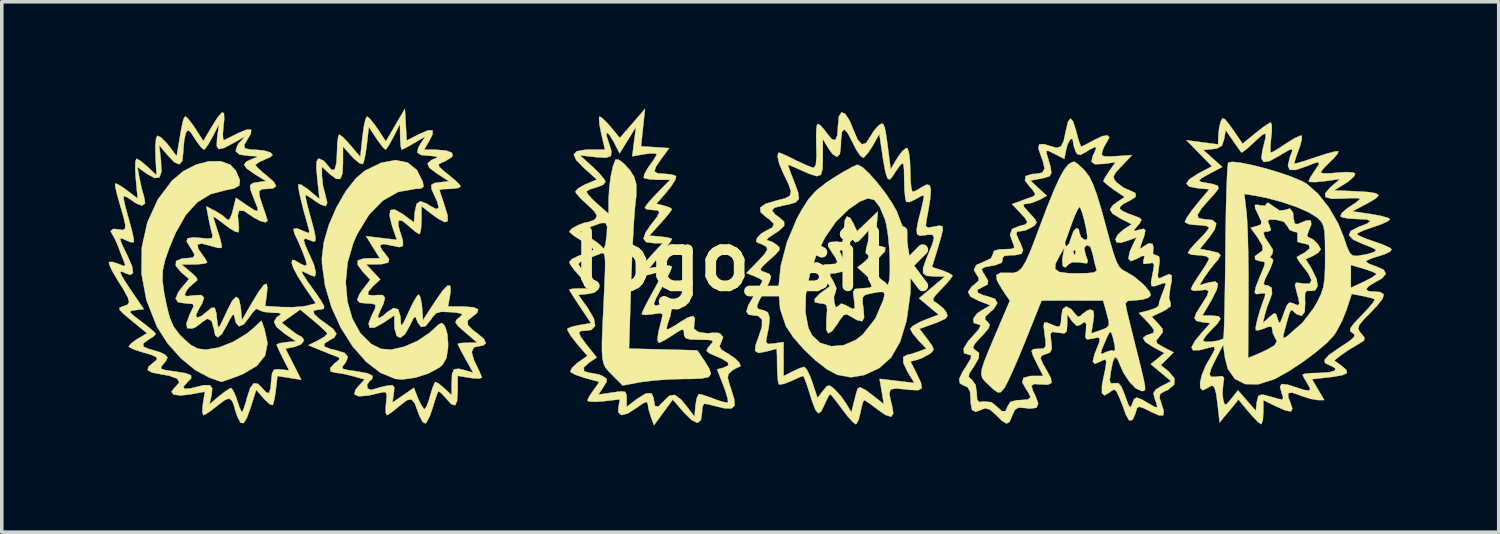
<source format=kicad_pcb>
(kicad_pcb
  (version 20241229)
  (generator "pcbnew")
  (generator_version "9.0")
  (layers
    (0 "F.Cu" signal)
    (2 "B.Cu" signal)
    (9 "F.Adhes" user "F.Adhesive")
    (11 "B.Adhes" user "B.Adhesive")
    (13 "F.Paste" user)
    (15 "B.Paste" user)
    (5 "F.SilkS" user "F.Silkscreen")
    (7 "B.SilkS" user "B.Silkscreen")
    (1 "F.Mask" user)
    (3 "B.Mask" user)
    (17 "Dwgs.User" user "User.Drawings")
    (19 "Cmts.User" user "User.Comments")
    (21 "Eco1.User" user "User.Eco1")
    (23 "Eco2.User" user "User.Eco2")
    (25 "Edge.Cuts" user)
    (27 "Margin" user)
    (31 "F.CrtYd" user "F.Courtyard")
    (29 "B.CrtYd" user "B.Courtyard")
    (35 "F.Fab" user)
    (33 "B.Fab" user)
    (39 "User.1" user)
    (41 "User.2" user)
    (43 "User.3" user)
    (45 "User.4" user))
  (footprint "logo_silk"
    (layer "F.Cu")
    (at 18.089 4.281)
    (property "Reference" "logo_silk" (at 0 0 0) (layer "F.SilkS") (effects (font (size 1.524 1.524) (thickness 0.3))))
    (attr through_hole)
    (fp_poly (pts (xy -9.702 -2.77) (xy -9.442 -2.561) (xy -9.274 -2.223) (xy -9.255 -2.093) (xy -9.33 -2.04) (xy -9.498 -2.03) (xy -9.968 -1.945) (xy -10.399 -1.701) (xy -10.783 -1.309) (xy -11.109 -0.775) (xy -11.226 -0.513) (xy -11.386 0.035) (xy -11.438 0.591) (xy -11.391 1.125) (xy -11.252 1.61) (xy -11.028 2.017) (xy -10.726 2.318) (xy -10.453 2.456) (xy -10.161 2.479) (xy -9.802 2.399) (xy -9.426 2.235) (xy -9.087 2.007) (xy -9.004 1.932) (xy -8.836 1.777) (xy -8.744 1.73) (xy -8.682 1.781) (xy -8.639 1.857) (xy -8.585 2.051) (xy -8.565 2.324) (xy -8.568 2.429) (xy -8.612 2.714) (xy -8.718 2.899) (xy -8.808 2.979) (xy -9.115 3.147) (xy -9.486 3.266) (xy -9.845 3.316) (xy -10.044 3.301) (xy -10.466 3.128) (xy -10.872 2.814) (xy -11.247 2.385) (xy -11.575 1.868) (xy -11.838 1.292) (xy -12.019 0.682) (xy -12.104 0.067) (xy -12.107 -0.087) (xy -12.055 -0.532) (xy -11.911 -1.023) (xy -11.697 -1.516) (xy -11.437 -1.967) (xy -11.15 -2.332) (xy -10.896 -2.545) (xy -10.441 -2.764) (xy -10.039 -2.838) (xy -9.702 -2.77)) (stroke (width 0.01) (type solid)) (fill yes) (layer "F.SilkS"))
    (fp_poly (pts (xy -14.941 -2.807) (xy -14.672 -2.707) (xy -14.518 -2.535) (xy -14.41 -2.281) (xy -14.423 -2.127) (xy -14.575 -2.041) (xy -14.785 -2.001) (xy -15.229 -1.884) (xy -15.604 -1.655) (xy -15.927 -1.298) (xy -16.211 -0.798) (xy -16.39 -0.37) (xy -16.509 -0.028) (xy -16.571 0.254) (xy -16.58 0.532) (xy -16.537 0.867) (xy -16.467 1.226) (xy -16.377 1.581) (xy -16.268 1.833) (xy -16.106 2.049) (xy -16.011 2.148) (xy -15.781 2.352) (xy -15.586 2.452) (xy -15.36 2.478) (xy -15.352 2.478) (xy -14.998 2.419) (xy -14.598 2.26) (xy -14.218 2.032) (xy -14.036 1.883) (xy -13.806 1.667) (xy -13.719 1.897) (xy -13.632 2.301) (xy -13.701 2.645) (xy -13.929 2.931) (xy -14.317 3.162) (xy -14.441 3.212) (xy -14.693 3.305) (xy -14.869 3.366) (xy -14.926 3.383) (xy -15.009 3.355) (xy -15.193 3.29) (xy -15.256 3.268) (xy -15.66 3.054) (xy -16.068 2.718) (xy -16.44 2.299) (xy -16.735 1.837) (xy -16.743 1.82) (xy -17.031 1.09) (xy -17.169 0.346) (xy -17.16 -0.387) (xy -17.006 -1.088) (xy -16.711 -1.734) (xy -16.316 -2.259) (xy -15.996 -2.528) (xy -15.638 -2.712) (xy -15.275 -2.807) (xy -14.941 -2.807)) (stroke (width 0.01) (type solid)) (fill yes) (layer "F.SilkS"))
    (fp_poly (pts (xy 3.055 -2.644) (xy 3.243 -2.469) (xy 3.464 -2.221) (xy 3.689 -1.934) (xy 3.888 -1.641) (xy 4.018 -1.412) (xy 4.272 -0.746) (xy 4.401 -0.028) (xy 4.41 0.776) (xy 4.4 0.931) (xy 4.298 1.665) (xy 4.119 2.255) (xy 3.866 2.698) (xy 3.538 2.992) (xy 3.522 3.001) (xy 3.103 3.195) (xy 2.732 3.255) (xy 2.364 3.187) (xy 2.337 3.178) (xy 2.061 3.028) (xy 1.738 2.778) (xy 1.411 2.467) (xy 1.124 2.139) (xy 0.919 1.834) (xy 0.913 1.823) (xy 0.782 1.432) (xy 1.459 1.432) (xy 1.542 1.863) (xy 1.649 2.083) (xy 1.879 2.293) (xy 2.187 2.383) (xy 2.533 2.354) (xy 2.876 2.206) (xy 3.07 2.055) (xy 3.423 1.606) (xy 3.645 1.084) (xy 3.681 0.929) (xy 3.646 0.862) (xy 3.506 0.864) (xy 3.305 0.901) (xy 3.137 0.944) (xy 3.067 1.018) (xy 3.067 1.175) (xy 3.088 1.324) (xy 3.107 1.578) (xy 3.054 1.684) (xy 2.913 1.654) (xy 2.758 1.563) (xy 2.626 1.49) (xy 2.534 1.509) (xy 2.429 1.642) (xy 2.373 1.732) (xy 2.211 1.957) (xy 2.102 2.021) (xy 2.047 1.925) (xy 2.046 1.669) (xy 2.051 1.609) (xy 2.069 1.358) (xy 2.05 1.233) (xy 1.978 1.19) (xy 1.893 1.185) (xy 1.727 1.153) (xy 1.718 1.059) (xy 1.862 0.909) (xy 1.919 0.866) (xy 2.145 0.701) (xy 1.964 0.447) (xy 1.944 0.413) (xy 2.152 0.413) (xy 2.242 0.559) (xy 2.329 0.755) (xy 2.306 0.86) (xy 2.26 0.997) (xy 2.268 1.155) (xy 2.312 1.292) (xy 2.37 1.271) (xy 2.379 1.257) (xy 2.464 1.186) (xy 2.598 1.235) (xy 2.621 1.249) (xy 2.779 1.336) (xy 2.842 1.315) (xy 2.836 1.163) (xy 2.82 1.058) (xy 2.799 0.861) (xy 2.844 0.779) (xy 2.984 0.762) (xy 2.988 0.762) (xy 3.257 0.743) (xy 3.368 0.679) (xy 3.326 0.559) (xy 3.19 0.417) (xy 2.921 0.171) (xy 3.133 0.003) (xy 3.247 -0.112) (xy 3.241 -0.166) (xy 3.229 -0.167) (xy 3.152 -0.231) (xy 3.165 -0.36) (xy 3.249 -0.677) (xy 3.287 -0.851) (xy 3.275 -0.9) (xy 3.21 -0.845) (xy 3.101 -0.72) (xy 2.953 -0.565) (xy 2.862 -0.532) (xy 2.797 -0.593) (xy 2.737 -0.651) (xy 2.713 -0.564) (xy 2.711 -0.481) (xy 2.69 -0.315) (xy 2.608 -0.279) (xy 2.544 -0.295) (xy 2.44 -0.319) (xy 2.426 -0.271) (xy 2.496 -0.114) (xy 2.513 -0.08) (xy 2.584 0.149) (xy 2.515 0.284) (xy 2.299 0.336) (xy 2.255 0.337) (xy 2.153 0.349) (xy 2.152 0.413) (xy 1.944 0.413) (xy 1.846 0.243) (xy 1.863 0.131) (xy 2.026 0.088) (xy 2.131 0.085) (xy 2.306 0.072) (xy 2.357 0.014) (xy 2.29 -0.125) (xy 2.202 -0.253) (xy 2.098 -0.419) (xy 2.099 -0.503) (xy 2.16 -0.539) (xy 2.35 -0.554) (xy 2.413 -0.539) (xy 2.492 -0.541) (xy 2.53 -0.65) (xy 2.54 -0.88) (xy 2.563 -1.144) (xy 2.626 -1.257) (xy 2.719 -1.213) (xy 2.81 -1.056) (xy 2.908 -0.842) (xy 3.199 -1.119) (xy 3.491 -1.397) (xy 3.453 -0.91) (xy 3.438 -0.634) (xy 3.453 -0.487) (xy 3.509 -0.43) (xy 3.57 -0.423) (xy 3.705 -0.386) (xy 3.689 -0.277) (xy 3.522 -0.099) (xy 3.483 -0.065) (xy 3.241 0.138) (xy 3.489 0.416) (xy 3.647 0.575) (xy 3.756 0.653) (xy 3.778 0.652) (xy 3.815 0.529) (xy 3.83 0.283) (xy 3.828 -0.041) (xy 3.809 -0.398) (xy 3.776 -0.742) (xy 3.731 -1.029) (xy 3.691 -1.178) (xy 3.543 -1.527) (xy 3.394 -1.721) (xy 3.216 -1.766) (xy 2.98 -1.672) (xy 2.674 -1.46) (xy 2.316 -1.111) (xy 2.007 -0.663) (xy 1.757 -0.151) (xy 1.576 0.391) (xy 1.473 0.93) (xy 1.459 1.432) (xy 0.782 1.432) (xy 0.75 1.337) (xy 0.702 0.762) (xy 0.767 0.129) (xy 0.941 -0.533) (xy 1.218 -1.192) (xy 1.344 -1.424) (xy 1.545 -1.74) (xy 1.76 -1.981) (xy 2.042 -2.204) (xy 2.237 -2.334) (xy 2.522 -2.508) (xy 2.759 -2.64) (xy 2.908 -2.706) (xy 2.928 -2.709) (xy 3.055 -2.644)) (stroke (width 0.01) (type solid)) (fill yes) (layer "F.SilkS"))
    (fp_poly (pts (xy 2.576 -4.138) (xy 2.701 -3.945) (xy 2.802 -3.699) (xy 2.928 -3.408) (xy 3.043 -3.281) (xy 3.156 -3.314) (xy 3.249 -3.45) (xy 3.38 -3.659) (xy 3.507 -3.805) (xy 3.586 -3.859) (xy 3.642 -3.85) (xy 3.686 -3.751) (xy 3.726 -3.538) (xy 3.775 -3.184) (xy 3.781 -3.133) (xy 3.852 -2.582) (xy 4.043 -2.905) (xy 4.174 -3.088) (xy 4.285 -3.176) (xy 4.318 -3.175) (xy 4.36 -3.07) (xy 4.391 -2.844) (xy 4.403 -2.545) (xy 4.403 -2.535) (xy 4.411 -2.244) (xy 4.434 -2.034) (xy 4.466 -1.948) (xy 4.468 -1.947) (xy 4.581 -1.991) (xy 4.717 -2.075) (xy 4.858 -2.152) (xy 4.945 -2.134) (xy 4.978 -2.006) (xy 4.961 -1.752) (xy 4.896 -1.357) (xy 4.857 -1.156) (xy 4.836 -0.992) (xy 4.894 -0.943) (xy 5.071 -0.972) (xy 5.22 -1) (xy 5.299 -0.983) (xy 5.315 -0.892) (xy 5.272 -0.699) (xy 5.176 -0.373) (xy 5.173 -0.363) (xy 5.013 0.162) (xy 5.301 0.257) (xy 5.49 0.333) (xy 5.585 0.397) (xy 5.588 0.405) (xy 5.534 0.491) (xy 5.395 0.653) (xy 5.282 0.772) (xy 5.107 0.957) (xy 5.04 1.062) (xy 5.067 1.127) (xy 5.153 1.179) (xy 5.334 1.324) (xy 5.415 1.433) (xy 5.446 1.533) (xy 5.389 1.611) (xy 5.214 1.694) (xy 5.081 1.744) (xy 4.661 1.895) (xy 4.884 2.187) (xy 5.018 2.373) (xy 5.056 2.477) (xy 5.004 2.554) (xy 4.946 2.598) (xy 4.729 2.717) (xy 4.596 2.764) (xy 4.408 2.811) (xy 4.575 3.138) (xy 4.702 3.408) (xy 4.726 3.559) (xy 4.629 3.617) (xy 4.394 3.609) (xy 4.276 3.595) (xy 3.99 3.568) (xy 3.845 3.6) (xy 3.813 3.723) (xy 3.867 3.966) (xy 3.888 4.042) (xy 3.926 4.269) (xy 3.866 4.36) (xy 3.708 4.314) (xy 3.479 4.155) (xy 3.281 4.004) (xy 3.142 3.911) (xy 3.107 3.895) (xy 3.067 3.969) (xy 3.02 4.156) (xy 3.006 4.233) (xy 2.953 4.445) (xy 2.89 4.563) (xy 2.871 4.572) (xy 2.785 4.508) (xy 2.638 4.343) (xy 2.49 4.149) (xy 2.325 3.927) (xy 2.202 3.774) (xy 2.152 3.725) (xy 2.102 3.795) (xy 2.018 3.97) (xy 1.989 4.037) (xy 1.901 4.214) (xy 1.825 4.265) (xy 1.747 4.181) (xy 1.655 3.949) (xy 1.578 3.704) (xy 1.495 3.447) (xy 1.428 3.271) (xy 1.396 3.217) (xy 1.304 3.25) (xy 1.12 3.332) (xy 1.062 3.36) (xy 0.861 3.439) (xy 0.73 3.459) (xy 0.715 3.452) (xy 0.688 3.347) (xy 0.67 3.127) (xy 0.665 2.929) (xy 0.663 2.671) (xy 0.656 2.499) (xy 0.65 2.455) (xy 0.567 2.476) (xy 0.385 2.527) (xy 0.36 2.534) (xy 0.142 2.572) (xy 0.046 2.513) (xy 0.064 2.342) (xy 0.128 2.171) (xy 0.239 1.841) (xy 0.241 1.633) (xy 0.135 1.535) (xy 0.047 1.524) (xy -0.132 1.5) (xy -0.196 1.412) (xy -0.151 1.261) (xy 0.101 1.261) (xy 0.13 1.333) (xy 0.242 1.365) (xy 0.275 1.37) (xy 0.403 1.429) (xy 0.455 1.575) (xy 0.435 1.834) (xy 0.384 2.082) (xy 0.353 2.261) (xy 0.405 2.32) (xy 0.581 2.306) (xy 0.585 2.305) (xy 0.847 2.267) (xy 0.847 3.222) (xy 1.096 3.093) (xy 1.292 3.003) (xy 1.424 2.963) (xy 1.428 2.963) (xy 1.498 3.037) (xy 1.591 3.226) (xy 1.655 3.4) (xy 1.8 3.836) (xy 1.952 3.635) (xy 2.066 3.499) (xy 2.154 3.491) (xy 2.286 3.598) (xy 2.466 3.797) (xy 2.609 4.002) (xy 2.75 4.24) (xy 2.818 3.962) (xy 2.876 3.736) (xy 2.923 3.574) (xy 2.925 3.57) (xy 2.993 3.534) (xy 3.148 3.612) (xy 3.312 3.733) (xy 3.661 4.009) (xy 3.541 3.299) (xy 4.029 3.356) (xy 4.518 3.414) (xy 4.327 3.105) (xy 4.208 2.856) (xy 4.202 2.688) (xy 4.311 2.625) (xy 4.317 2.625) (xy 4.445 2.597) (xy 4.622 2.537) (xy 4.852 2.45) (xy 4.627 2.215) (xy 4.482 2.041) (xy 4.406 1.909) (xy 4.403 1.891) (xy 4.475 1.812) (xy 4.66 1.709) (xy 4.8 1.649) (xy 5.197 1.497) (xy 4.922 1.268) (xy 4.647 1.038) (xy 5.012 0.732) (xy 5.376 0.427) (xy 5.059 0.425) (xy 4.86 0.408) (xy 4.763 0.342) (xy 4.76 0.196) (xy 4.847 -0.058) (xy 4.911 -0.212) (xy 5.029 -0.506) (xy 5.068 -0.675) (xy 5.023 -0.745) (xy 4.891 -0.744) (xy 4.826 -0.732) (xy 4.674 -0.716) (xy 4.594 -0.76) (xy 4.58 -0.892) (xy 4.626 -1.139) (xy 4.693 -1.397) (xy 4.752 -1.641) (xy 4.782 -1.807) (xy 4.781 -1.848) (xy 4.701 -1.828) (xy 4.551 -1.742) (xy 4.388 -1.663) (xy 4.29 -1.665) (xy 4.261 -1.773) (xy 4.239 -2) (xy 4.231 -2.279) (xy 4.226 -2.571) (xy 4.211 -2.72) (xy 4.176 -2.749) (xy 4.112 -2.686) (xy 4.098 -2.667) (xy 3.966 -2.482) (xy 3.895 -2.371) (xy 3.824 -2.29) (xy 3.763 -2.329) (xy 3.705 -2.503) (xy 3.644 -2.827) (xy 3.624 -2.962) (xy 3.534 -3.57) (xy 3.354 -3.252) (xy 3.223 -3.049) (xy 3.11 -2.921) (xy 3.083 -2.904) (xy 3.002 -2.958) (xy 2.886 -3.131) (xy 2.776 -3.347) (xy 2.642 -3.606) (xy 2.545 -3.701) (xy 2.485 -3.631) (xy 2.458 -3.396) (xy 2.455 -3.258) (xy 2.427 -3.013) (xy 2.346 -2.929) (xy 2.222 -3.006) (xy 2.118 -3.15) (xy 1.948 -3.429) (xy 1.948 -2.9) (xy 1.939 -2.59) (xy 1.893 -2.425) (xy 1.778 -2.387) (xy 1.562 -2.456) (xy 1.367 -2.542) (xy 1.146 -2.64) (xy 1.002 -2.7) (xy 0.974 -2.709) (xy 0.991 -2.638) (xy 1.057 -2.453) (xy 1.147 -2.224) (xy 1.256 -1.931) (xy 1.276 -1.753) (xy 1.186 -1.651) (xy 0.97 -1.589) (xy 0.827 -1.563) (xy 0.593 -1.504) (xy 0.522 -1.426) (xy 0.612 -1.312) (xy 0.722 -1.234) (xy 0.861 -1.113) (xy 0.865 -0.998) (xy 0.727 -0.863) (xy 0.562 -0.755) (xy 0.414 -0.653) (xy 0.373 -0.596) (xy 0.386 -0.593) (xy 0.519 -0.547) (xy 0.64 -0.472) (xy 0.727 -0.396) (xy 0.731 -0.32) (xy 0.637 -0.207) (xy 0.466 -0.051) (xy 0.275 0.123) (xy 0.2 0.22) (xy 0.225 0.271) (xy 0.318 0.304) (xy 0.448 0.354) (xy 0.494 0.43) (xy 0.454 0.569) (xy 0.326 0.809) (xy 0.297 0.859) (xy 0.156 1.115) (xy 0.101 1.261) (xy -0.151 1.261) (xy -0.145 1.239) (xy 0.003 0.983) (xy 0.141 0.758) (xy 0.232 0.597) (xy 0.254 0.545) (xy 0.184 0.489) (xy 0.028 0.418) (xy -0.197 0.332) (xy 0.134 -0.007) (xy 0.318 -0.208) (xy 0.39 -0.33) (xy 0.365 -0.405) (xy 0.338 -0.425) (xy 0.196 -0.496) (xy 0.148 -0.507) (xy 0.073 -0.554) (xy 0.106 -0.66) (xy 0.221 -0.779) (xy 0.339 -0.847) (xy 0.537 -0.951) (xy 0.573 -1.05) (xy 0.45 -1.173) (xy 0.381 -1.22) (xy 0.204 -1.374) (xy 0.188 -1.502) (xy 0.336 -1.611) (xy 0.636 -1.701) (xy 0.887 -1.764) (xy 1.024 -1.838) (xy 1.055 -1.958) (xy 0.989 -2.158) (xy 0.836 -2.473) (xy 0.726 -2.733) (xy 0.678 -2.936) (xy 0.7 -3.041) (xy 0.722 -3.048) (xy 0.817 -3.013) (xy 1.013 -2.922) (xy 1.185 -2.836) (xy 1.434 -2.719) (xy 1.627 -2.642) (xy 1.698 -2.625) (xy 1.752 -2.705) (xy 1.772 -2.947) (xy 1.766 -3.212) (xy 1.76 -3.512) (xy 1.769 -3.742) (xy 1.792 -3.852) (xy 1.793 -3.853) (xy 1.868 -3.824) (xy 1.994 -3.687) (xy 2.056 -3.601) (xy 2.204 -3.423) (xy 2.302 -3.402) (xy 2.356 -3.541) (xy 2.372 -3.796) (xy 2.4 -4.066) (xy 2.472 -4.18) (xy 2.576 -4.138)) (stroke (width 0.01) (type solid)) (fill yes) (layer "F.SilkS"))
    (fp_poly (pts (xy -3.097 -3.752) (xy -3.153 -3.227) (xy -2.758 -3.201) (xy -2.362 -3.175) (xy -2.578 -2.883) (xy -2.735 -2.654) (xy -2.776 -2.525) (xy -2.696 -2.468) (xy -2.503 -2.455) (xy -2.294 -2.436) (xy -2.172 -2.39) (xy -2.167 -2.383) (xy -2.192 -2.284) (xy -2.305 -2.106) (xy -2.42 -1.962) (xy -2.718 -1.614) (xy -2.502 -1.56) (xy -2.342 -1.505) (xy -2.286 -1.462) (xy -2.338 -1.38) (xy -2.473 -1.215) (xy -2.602 -1.069) (xy -2.918 -0.72) (xy -2.602 -0.693) (xy -2.398 -0.666) (xy -2.291 -0.631) (xy -2.286 -0.623) (xy -2.335 -0.539) (xy -2.464 -0.367) (xy -2.603 -0.191) (xy -2.921 0.196) (xy -2.603 0.137) (xy -2.391 0.116) (xy -2.289 0.145) (xy -2.286 0.157) (xy -2.325 0.266) (xy -2.428 0.477) (xy -2.573 0.746) (xy -2.583 0.764) (xy -2.736 1.045) (xy -2.793 1.199) (xy -2.747 1.247) (xy -2.591 1.206) (xy -2.434 1.144) (xy -2.319 1.152) (xy -2.284 1.289) (xy -2.331 1.534) (xy -2.373 1.657) (xy -2.427 1.83) (xy -2.432 1.914) (xy -2.352 1.889) (xy -2.183 1.791) (xy -2.095 1.733) (xy -1.837 1.576) (xy -1.689 1.534) (xy -1.64 1.61) (xy -1.658 1.732) (xy -1.668 1.893) (xy -1.561 1.975) (xy -1.49 1.995) (xy -1.283 2.022) (xy -1.157 2.007) (xy -0.99 2.008) (xy -0.924 2.037) (xy -0.849 2.128) (xy -0.902 2.269) (xy -0.904 2.273) (xy -0.951 2.389) (xy -0.894 2.481) (xy -0.716 2.59) (xy -0.524 2.717) (xy -0.395 2.845) (xy -0.357 2.938) (xy -0.405 2.966) (xy -0.514 3.014) (xy -0.614 3.081) (xy -0.701 3.166) (xy -0.718 3.272) (xy -0.669 3.457) (xy -0.635 3.555) (xy -0.54 3.86) (xy -0.527 4.048) (xy -0.614 4.131) (xy -0.818 4.125) (xy -1.16 4.041) (xy -1.249 4.015) (xy -1.382 3.997) (xy -1.433 4.08) (xy -1.439 4.218) (xy -1.472 4.454) (xy -1.569 4.534) (xy -1.732 4.458) (xy -1.95 4.241) (xy -2.261 3.88) (xy -2.525 4.239) (xy -2.788 4.598) (xy -2.876 4.368) (xy -2.941 4.153) (xy -2.963 4.006) (xy -2.993 3.945) (xy -3.101 3.987) (xy -3.254 4.096) (xy -3.524 4.27) (xy -3.706 4.316) (xy -3.791 4.235) (xy -3.787 4.096) (xy -3.745 3.874) (xy -4.201 3.927) (xy -4.452 3.944) (xy -4.617 3.932) (xy -4.657 3.907) (xy -4.609 3.795) (xy -4.492 3.624) (xy -4.481 3.61) (xy -4.371 3.458) (xy -4.331 3.382) (xy -4.333 3.38) (xy -4.743 3.27) (xy -5.001 3.182) (xy -5.123 3.111) (xy -5.136 3.09) (xy -5.09 2.991) (xy -4.945 2.856) (xy -4.91 2.83) (xy -4.658 2.654) (xy -4.964 2.297) (xy -5.122 2.093) (xy -5.212 1.942) (xy -5.218 1.888) (xy -5.107 1.841) (xy -4.901 1.793) (xy -4.861 1.786) (xy -4.555 1.736) (xy -4.86 1.283) (xy -5.016 1.045) (xy -5.081 0.942) (xy -4.913 0.942) (xy -4.647 1.313) (xy -4.475 1.607) (xy -4.441 1.812) (xy -4.546 1.925) (xy -4.696 1.947) (xy -4.846 1.958) (xy -4.894 2.009) (xy -4.839 2.129) (xy -4.677 2.346) (xy -4.653 2.375) (xy -4.395 2.701) (xy -4.61 2.841) (xy -4.758 2.98) (xy -4.751 3.085) (xy -4.592 3.132) (xy -4.561 3.133) (xy -4.343 3.173) (xy -4.228 3.22) (xy -4.121 3.293) (xy -4.121 3.383) (xy -4.206 3.524) (xy -4.347 3.74) (xy -3.952 3.681) (xy -3.713 3.65) (xy -3.597 3.666) (xy -3.559 3.746) (xy -3.556 3.853) (xy -3.556 4.084) (xy -3.259 3.858) (xy -3.015 3.708) (xy -2.86 3.702) (xy -2.796 3.839) (xy -2.794 3.886) (xy -2.762 4.059) (xy -2.669 4.075) (xy -2.523 3.934) (xy -2.359 3.772) (xy -2.209 3.748) (xy -2.041 3.868) (xy -1.894 4.043) (xy -1.651 4.36) (xy -1.625 4.043) (xy -1.589 3.839) (xy -1.535 3.73) (xy -1.521 3.725) (xy -1.4 3.755) (xy -1.188 3.828) (xy -1.099 3.863) (xy -0.881 3.938) (xy -0.738 3.965) (xy -0.713 3.959) (xy -0.719 3.864) (xy -0.777 3.662) (xy -0.845 3.475) (xy -1.019 3.033) (xy -0.848 2.988) (xy -0.702 2.922) (xy -0.715 2.838) (xy -0.891 2.731) (xy -1.026 2.673) (xy -1.237 2.582) (xy -1.314 2.515) (xy -1.281 2.433) (xy -1.225 2.367) (xy -1.146 2.27) (xy -1.156 2.221) (xy -1.283 2.204) (xy -1.511 2.201) (xy -1.769 2.193) (xy -1.9 2.158) (xy -1.944 2.079) (xy -1.947 2.029) (xy -1.956 1.93) (xy -2.009 1.915) (xy -2.141 1.989) (xy -2.263 2.071) (xy -2.47 2.201) (xy -2.622 2.278) (xy -2.655 2.286) (xy -2.694 2.212) (xy -2.665 1.988) (xy -2.573 1.624) (xy -2.549 1.498) (xy -2.604 1.456) (xy -2.778 1.476) (xy -2.825 1.485) (xy -3.023 1.507) (xy -3.128 1.489) (xy -3.133 1.478) (xy -3.094 1.377) (xy -2.992 1.172) (xy -2.849 0.906) (xy -2.836 0.883) (xy -2.691 0.618) (xy -2.585 0.414) (xy -2.54 0.312) (xy -2.54 0.31) (xy -2.611 0.301) (xy -2.784 0.336) (xy -2.815 0.345) (xy -3.02 0.398) (xy -3.149 0.423) (xy -3.153 0.423) (xy -3.22 0.37) (xy -3.169 0.222) (xy -3.01 -0.001) (xy -2.881 -0.148) (xy -2.547 -0.508) (xy -2.792 -0.508) (xy -3.009 -0.538) (xy -3.085 -0.637) (xy -3.021 -0.816) (xy -2.885 -1.009) (xy -2.71 -1.238) (xy -2.642 -1.368) (xy -2.678 -1.425) (xy -2.814 -1.439) (xy -2.836 -1.439) (xy -2.996 -1.46) (xy -3.048 -1.5) (xy -2.993 -1.588) (xy -2.851 -1.755) (xy -2.692 -1.923) (xy -2.335 -2.286) (xy -2.678 -2.286) (xy -2.907 -2.299) (xy -3.057 -2.331) (xy -3.076 -2.342) (xy -3.065 -2.437) (xy -2.969 -2.607) (xy -2.921 -2.675) (xy -2.788 -2.861) (xy -2.715 -2.988) (xy -2.709 -3.007) (xy -2.783 -3.029) (xy -2.969 -3.017) (xy -3.054 -3.005) (xy -3.4 -2.946) (xy -3.347 -3.357) (xy -3.294 -3.768) (xy -3.524 -3.398) (xy -3.754 -3.029) (xy -3.915 -3.343) (xy -4.037 -3.546) (xy -4.111 -3.611) (xy -4.123 -3.536) (xy -4.066 -3.351) (xy -3.984 -3.093) (xy -3.998 -2.954) (xy -4.132 -2.905) (xy -4.408 -2.921) (xy -4.424 -2.923) (xy -4.868 -2.973) (xy -4.508 -2.649) (xy -4.312 -2.456) (xy -4.182 -2.297) (xy -4.149 -2.227) (xy -4.222 -2.143) (xy -4.398 -2.075) (xy -4.402 -2.075) (xy -4.589 -2.018) (xy -4.684 -1.962) (xy -4.643 -1.879) (xy -4.506 -1.729) (xy -4.389 -1.62) (xy -4.064 -1.335) (xy -4.062 -1.747) (xy -4.044 -2.062) (xy -4.001 -2.385) (xy -3.942 -2.66) (xy -3.877 -2.834) (xy -3.86 -2.857) (xy -3.768 -2.845) (xy -3.623 -2.732) (xy -3.467 -2.558) (xy -3.346 -2.371) (xy -3.284 -2.154) (xy -3.285 -1.843) (xy -3.307 -1.655) (xy -3.331 -1.416) (xy -3.357 -1.042) (xy -3.383 -0.569) (xy -3.408 -0.029) (xy -3.43 0.54) (xy -3.433 0.649) (xy -3.49 2.45) (xy -1.573 2.498) (xy -1.379 2.785) (xy -1.238 3.012) (xy -1.191 3.16) (xy -1.256 3.247) (xy -1.449 3.289) (xy -1.789 3.302) (xy -1.932 3.302) (xy -2.348 3.313) (xy -2.772 3.343) (xy -3.122 3.385) (xy -3.173 3.393) (xy -3.667 3.485) (xy -3.958 3.193) (xy -4.067 3.084) (xy -4.147 2.986) (xy -4.202 2.874) (xy -4.235 2.723) (xy -4.249 2.509) (xy -4.247 2.204) (xy -4.231 1.786) (xy -4.204 1.228) (xy -4.199 1.11) (xy -4.175 0.597) (xy -4.161 0.231) (xy -4.16 -0.012) (xy -4.173 -0.155) (xy -4.2 -0.22) (xy -4.244 -0.23) (xy -4.288 -0.215) (xy -4.487 -0.138) (xy -4.678 -0.068) (xy -4.844 0.011) (xy -4.911 0.079) (xy -4.853 0.168) (xy -4.707 0.324) (xy -4.609 0.416) (xy -4.406 0.634) (xy -4.356 0.786) (xy -4.458 0.879) (xy -4.643 0.916) (xy -4.913 0.942) (xy -5.081 0.942) (xy -5.126 0.869) (xy -5.165 0.796) (xy -5.09 0.774) (xy -4.905 0.762) (xy -4.851 0.762) (xy -4.538 0.762) (xy -4.851 0.441) (xy -5.028 0.242) (xy -5.142 0.081) (xy -5.165 0.021) (xy -5.091 -0.062) (xy -4.908 -0.152) (xy -4.826 -0.179) (xy -4.617 -0.254) (xy -4.498 -0.32) (xy -4.487 -0.336) (xy -4.554 -0.407) (xy -4.724 -0.523) (xy -4.826 -0.582) (xy -5.028 -0.709) (xy -5.149 -0.81) (xy -5.165 -0.838) (xy -4.866 -0.838) (xy -4.571 -0.654) (xy -4.378 -0.522) (xy -4.259 -0.418) (xy -4.246 -0.399) (xy -4.195 -0.354) (xy -4.15 -0.477) (xy -4.114 -0.748) (xy -4.104 -0.973) (xy -4.149 -1.075) (xy -4.283 -1.071) (xy -4.536 -0.977) (xy -4.553 -0.97) (xy -4.866 -0.838) (xy -5.165 -0.838) (xy -5.165 -0.838) (xy -5.095 -0.917) (xy -4.931 -1.009) (xy -4.743 -1.081) (xy -4.627 -1.101) (xy -4.478 -1.156) (xy -4.422 -1.2) (xy -4.393 -1.288) (xy -4.473 -1.414) (xy -4.659 -1.588) (xy -4.849 -1.765) (xy -4.971 -1.907) (xy -4.995 -1.958) (xy -4.925 -2.04) (xy -4.749 -2.142) (xy -4.692 -2.167) (xy -4.39 -2.294) (xy -4.749 -2.613) (xy -4.971 -2.839) (xy -5.04 -2.995) (xy -4.953 -3.089) (xy -4.708 -3.13) (xy -4.575 -3.133) (xy -4.164 -3.133) (xy -4.272 -3.598) (xy -4.32 -3.85) (xy -4.331 -4.019) (xy -4.313 -4.064) (xy -4.224 -4.004) (xy -4.074 -3.853) (xy -3.997 -3.762) (xy -3.748 -3.46) (xy -3.394 -3.868) (xy -3.041 -4.276) (xy -3.097 -3.752)) (stroke (width 0.01) (type solid)) (fill yes) (layer "F.SilkS"))
    (fp_poly (pts (xy 13.23 -3.986) (xy 13.343 -3.852) (xy 13.452 -3.697) (xy 13.726 -3.299) (xy 14.09 -3.597) (xy 14.301 -3.761) (xy 14.461 -3.869) (xy 14.519 -3.895) (xy 14.546 -3.819) (xy 14.544 -3.627) (xy 14.528 -3.471) (xy 14.506 -3.231) (xy 14.509 -3.078) (xy 14.523 -3.048) (xy 14.616 -3.092) (xy 14.8 -3.206) (xy 14.956 -3.31) (xy 15.174 -3.446) (xy 15.333 -3.52) (xy 15.386 -3.523) (xy 15.388 -3.421) (xy 15.335 -3.223) (xy 15.296 -3.119) (xy 15.218 -2.902) (xy 15.179 -2.764) (xy 15.18 -2.741) (xy 15.264 -2.756) (xy 15.467 -2.816) (xy 15.746 -2.909) (xy 15.788 -2.923) (xy 16.077 -3.017) (xy 16.3 -3.076) (xy 16.412 -3.088) (xy 16.416 -3.086) (xy 16.386 -3.009) (xy 16.26 -2.866) (xy 16.188 -2.797) (xy 16.022 -2.633) (xy 15.927 -2.514) (xy 15.917 -2.491) (xy 15.993 -2.467) (xy 16.189 -2.469) (xy 16.378 -2.486) (xy 16.641 -2.503) (xy 16.829 -2.489) (xy 16.886 -2.463) (xy 16.851 -2.376) (xy 16.706 -2.248) (xy 16.616 -2.187) (xy 16.298 -1.99) (xy 16.849 -1.966) (xy 17.237 -1.944) (xy 17.465 -1.909) (xy 17.542 -1.855) (xy 17.477 -1.772) (xy 17.281 -1.653) (xy 17.23 -1.625) (xy 16.806 -1.402) (xy 17.335 -1.324) (xy 17.609 -1.274) (xy 17.8 -1.22) (xy 17.865 -1.178) (xy 17.791 -1.118) (xy 17.6 -1.032) (xy 17.399 -0.963) (xy 17.148 -0.875) (xy 16.979 -0.8) (xy 16.933 -0.762) (xy 17.007 -0.71) (xy 17.198 -0.63) (xy 17.396 -0.562) (xy 17.657 -0.47) (xy 17.846 -0.383) (xy 17.909 -0.336) (xy 17.865 -0.27) (xy 17.699 -0.192) (xy 17.573 -0.153) (xy 17.347 -0.082) (xy 17.208 -0.018) (xy 17.187 0.005) (xy 17.259 0.063) (xy 17.435 0.131) (xy 17.456 0.137) (xy 17.685 0.236) (xy 17.746 0.352) (xy 17.638 0.481) (xy 17.49 0.564) (xy 17.271 0.691) (xy 17.194 0.787) (xy 17.265 0.84) (xy 17.35 0.847) (xy 17.584 0.863) (xy 17.686 0.925) (xy 17.657 1.049) (xy 17.495 1.252) (xy 17.348 1.406) (xy 17.123 1.638) (xy 17.002 1.785) (xy 16.967 1.883) (xy 17.004 1.966) (xy 17.056 2.027) (xy 17.147 2.143) (xy 17.133 2.222) (xy 16.993 2.315) (xy 16.935 2.347) (xy 16.694 2.492) (xy 16.486 2.636) (xy 16.48 2.641) (xy 16.298 2.785) (xy 16.489 2.921) (xy 16.637 3.048) (xy 16.652 3.136) (xy 16.523 3.197) (xy 16.239 3.245) (xy 16.176 3.252) (xy 15.673 3.309) (xy 15.846 3.602) (xy 16.019 3.895) (xy 15.838 3.895) (xy 15.642 3.862) (xy 15.392 3.783) (xy 15.351 3.767) (xy 15.113 3.684) (xy 15.005 3.7) (xy 15.01 3.824) (xy 15.06 3.948) (xy 15.124 4.135) (xy 15.085 4.213) (xy 14.932 4.187) (xy 14.688 4.081) (xy 14.309 3.897) (xy 14.309 4.234) (xy 14.295 4.446) (xy 14.259 4.562) (xy 14.245 4.57) (xy 14.16 4.51) (xy 14.009 4.355) (xy 13.896 4.225) (xy 13.611 3.881) (xy 13.346 4.203) (xy 13.081 4.524) (xy 13.028 4.037) (xy 12.985 3.714) (xy 12.935 3.537) (xy 12.866 3.486) (xy 12.763 3.539) (xy 12.748 3.551) (xy 12.611 3.62) (xy 12.541 3.563) (xy 12.533 3.409) (xy 12.585 3.185) (xy 12.591 3.172) (xy 12.799 3.172) (xy 12.844 3.243) (xy 12.983 3.24) (xy 13.009 3.236) (xy 13.163 3.22) (xy 13.207 3.287) (xy 13.183 3.446) (xy 13.162 3.697) (xy 13.182 3.89) (xy 13.221 4.01) (xy 13.273 4.014) (xy 13.379 3.894) (xy 13.415 3.85) (xy 13.597 3.621) (xy 13.847 3.908) (xy 14.097 4.196) (xy 14.124 3.952) (xy 14.166 3.781) (xy 14.263 3.74) (xy 14.336 3.752) (xy 14.575 3.815) (xy 14.713 3.856) (xy 14.845 3.883) (xy 14.863 3.817) (xy 14.824 3.702) (xy 14.775 3.52) (xy 14.823 3.443) (xy 14.989 3.461) (xy 15.174 3.52) (xy 15.453 3.61) (xy 15.596 3.629) (xy 15.621 3.571) (xy 15.546 3.432) (xy 15.448 3.269) (xy 15.409 3.178) (xy 15.486 3.153) (xy 15.683 3.137) (xy 15.875 3.133) (xy 16.157 3.115) (xy 16.313 3.068) (xy 16.331 3.003) (xy 16.195 2.929) (xy 16.171 2.921) (xy 16.038 2.854) (xy 16.027 2.764) (xy 16.146 2.634) (xy 16.406 2.449) (xy 16.48 2.401) (xy 16.73 2.235) (xy 16.852 2.129) (xy 16.867 2.059) (xy 16.81 2.012) (xy 16.744 1.955) (xy 16.754 1.874) (xy 16.857 1.738) (xy 17.067 1.518) (xy 17.067 1.517) (xy 17.265 1.306) (xy 17.397 1.146) (xy 17.437 1.069) (xy 17.436 1.068) (xy 17.336 1.03) (xy 17.137 0.983) (xy 17.094 0.974) (xy 16.788 0.917) (xy 16.643 1.361) (xy 16.516 1.678) (xy 16.357 1.976) (xy 16.281 2.089) (xy 16.074 2.306) (xy 15.762 2.568) (xy 15.393 2.841) (xy 15.012 3.091) (xy 14.665 3.284) (xy 14.605 3.313) (xy 14.167 3.452) (xy 13.798 3.446) (xy 13.509 3.3) (xy 13.312 3.019) (xy 13.231 2.705) (xy 13.182 2.345) (xy 12.987 2.718) (xy 12.847 3.005) (xy 12.799 3.172) (xy 12.591 3.172) (xy 12.695 2.921) (xy 12.841 2.669) (xy 12.942 2.482) (xy 12.922 2.401) (xy 12.848 2.409) (xy 12.518 2.494) (xy 12.334 2.497) (xy 12.293 2.412) (xy 12.39 2.235) (xy 12.547 2.043) (xy 12.818 1.736) (xy 12.59 1.709) (xy 12.428 1.672) (xy 12.375 1.594) (xy 12.432 1.442) (xy 12.573 1.22) (xy 12.726 0.976) (xy 12.77 0.842) (xy 12.702 0.797) (xy 12.531 0.817) (xy 12.351 0.83) (xy 12.277 0.787) (xy 12.277 0.785) (xy 12.323 0.674) (xy 12.441 0.481) (xy 12.531 0.352) (xy 12.676 0.135) (xy 12.768 -0.031) (xy 12.785 -0.084) (xy 12.71 -0.14) (xy 12.527 -0.169) (xy 12.488 -0.169) (xy 12.292 -0.186) (xy 12.195 -0.228) (xy 12.192 -0.237) (xy 12.248 -0.331) (xy 12.39 -0.494) (xy 12.488 -0.593) (xy 12.661 -0.773) (xy 12.768 -0.909) (xy 12.785 -0.948) (xy 12.71 -0.991) (xy 12.522 -1.014) (xy 12.446 -1.016) (xy 12.228 -1.037) (xy 12.114 -1.091) (xy 12.107 -1.11) (xy 12.158 -1.22) (xy 12.217 -1.305) (xy 12.466 -1.305) (xy 12.485 -1.214) (xy 12.619 -1.184) (xy 12.636 -1.184) (xy 12.887 -1.154) (xy 12.988 -1.059) (xy 12.943 -0.889) (xy 12.802 -0.686) (xy 12.529 -0.347) (xy 12.826 -0.291) (xy 13.044 -0.238) (xy 13.108 -0.168) (xy 13.036 -0.044) (xy 12.965 0.037) (xy 12.8 0.243) (xy 12.662 0.441) (xy 12.516 0.67) (xy 12.777 0.595) (xy 12.962 0.567) (xy 13.036 0.631) (xy 13.001 0.798) (xy 12.858 1.082) (xy 12.819 1.149) (xy 12.599 1.524) (xy 12.861 1.524) (xy 13.054 1.543) (xy 13.108 1.611) (xy 13.024 1.746) (xy 12.869 1.905) (xy 12.71 2.075) (xy 12.622 2.204) (xy 12.615 2.228) (xy 12.686 2.259) (xy 12.849 2.256) (xy 13.034 2.227) (xy 13.17 2.178) (xy 13.188 2.165) (xy 13.198 2.075) (xy 13.208 1.837) (xy 13.218 1.472) (xy 13.227 1.004) (xy 13.236 0.452) (xy 13.242 -0.161) (xy 13.244 -0.29) (xy 13.251 -0.914) (xy 13.261 -1.482) (xy 13.272 -1.888) (xy 13.776 -1.888) (xy 13.839 -1.346) (xy 13.857 -1.093) (xy 13.873 -0.706) (xy 13.884 -0.222) (xy 13.891 0.322) (xy 13.891 0.891) (xy 13.891 0.955) (xy 13.881 2.713) (xy 14.194 2.583) (xy 14.427 2.474) (xy 14.601 2.372) (xy 14.623 2.356) (xy 14.69 2.239) (xy 14.651 2.171) (xy 14.573 2.014) (xy 14.563 1.932) (xy 14.541 1.833) (xy 14.445 1.839) (xy 14.351 1.878) (xy 14.182 1.935) (xy 14.096 1.933) (xy 14.097 1.835) (xy 14.119 1.731) (xy 14.296 1.731) (xy 14.475 1.569) (xy 14.606 1.462) (xy 14.666 1.479) (xy 14.708 1.611) (xy 14.746 1.721) (xy 14.785 1.71) (xy 14.846 1.56) (xy 14.881 1.459) (xy 14.964 1.242) (xy 15.038 1.158) (xy 15.137 1.176) (xy 15.162 1.189) (xy 15.276 1.235) (xy 15.317 1.194) (xy 15.292 1.038) (xy 15.243 0.857) (xy 15.196 0.668) (xy 15.226 0.601) (xy 15.364 0.613) (xy 15.412 0.623) (xy 15.606 0.627) (xy 15.66 0.535) (xy 15.576 0.35) (xy 15.441 0.172) (xy 15.31 0.002) (xy 15.249 -0.105) (xy 15.251 -0.119) (xy 15.342 -0.175) (xy 15.475 -0.247) (xy 15.608 -0.363) (xy 15.584 -0.462) (xy 15.415 -0.508) (xy 15.394 -0.508) (xy 15.267 -0.545) (xy 15.265 -0.679) (xy 15.266 -0.81) (xy 15.175 -0.828) (xy 15.045 -0.878) (xy 14.992 -0.974) (xy 14.883 -1.111) (xy 14.665 -1.165) (xy 14.482 -1.17) (xy 14.433 -1.125) (xy 14.478 -1.017) (xy 14.522 -0.873) (xy 14.436 -0.83) (xy 14.372 -0.837) (xy 14.311 -0.798) (xy 14.357 -0.661) (xy 14.474 -0.49) (xy 14.579 -0.318) (xy 14.56 -0.202) (xy 14.542 -0.182) (xy 14.489 -0.101) (xy 14.547 -0.085) (xy 14.586 -0.023) (xy 14.522 0.165) (xy 14.48 0.251) (xy 14.361 0.492) (xy 14.319 0.619) (xy 14.35 0.669) (xy 14.436 0.677) (xy 14.541 0.742) (xy 14.553 0.908) (xy 14.49 1.085) (xy 14.416 1.272) (xy 14.356 1.479) (xy 14.296 1.731) (xy 14.119 1.731) (xy 14.141 1.631) (xy 14.216 1.369) (xy 14.307 1.104) (xy 14.348 1.001) (xy 14.363 0.902) (xy 14.261 0.898) (xy 14.217 0.909) (xy 14.107 0.922) (xy 14.065 0.872) (xy 14.092 0.731) (xy 14.191 0.475) (xy 14.258 0.318) (xy 14.34 0.116) (xy 14.348 0.025) (xy 14.276 0.001) (xy 14.225 0) (xy 14.08 -0.046) (xy 14.072 -0.144) (xy 14.182 -0.223) (xy 14.289 -0.303) (xy 14.282 -0.436) (xy 14.157 -0.652) (xy 14.13 -0.691) (xy 13.951 -0.942) (xy 14.127 -0.988) (xy 14.242 -1.033) (xy 14.252 -1.117) (xy 14.179 -1.275) (xy 14.079 -1.487) (xy 14.072 -1.581) (xy 14.162 -1.584) (xy 14.224 -1.566) (xy 14.365 -1.561) (xy 14.393 -1.618) (xy 14.443 -1.644) (xy 14.572 -1.554) (xy 14.585 -1.543) (xy 14.773 -1.421) (xy 14.899 -1.438) (xy 15.055 -1.479) (xy 15.14 -1.368) (xy 15.155 -1.214) (xy 15.188 -1.057) (xy 15.261 -1.041) (xy 15.431 -1.11) (xy 15.515 -1.144) (xy 15.638 -1.149) (xy 15.655 -1.035) (xy 15.576 -0.841) (xy 15.534 -0.708) (xy 15.57 -0.677) (xy 15.699 -0.616) (xy 15.839 -0.481) (xy 15.916 -0.346) (xy 15.917 -0.331) (xy 15.849 -0.24) (xy 15.707 -0.154) (xy 15.496 -0.059) (xy 15.664 0.214) (xy 15.801 0.493) (xy 15.832 0.702) (xy 15.759 0.818) (xy 15.645 0.831) (xy 15.528 0.83) (xy 15.479 0.902) (xy 15.477 1.087) (xy 15.482 1.164) (xy 15.468 1.421) (xy 15.388 1.531) (xy 15.248 1.489) (xy 15.175 1.425) (xy 15.121 1.374) (xy 15.082 1.374) (xy 15.041 1.456) (xy 14.984 1.649) (xy 14.918 1.889) (xy 14.868 2.089) (xy 14.876 2.157) (xy 14.948 2.122) (xy 14.971 2.105) (xy 15.407 1.723) (xy 15.726 1.306) (xy 15.819 1.143) (xy 15.923 0.931) (xy 15.987 0.741) (xy 16.764 0.741) (xy 17.144 0.567) (xy 17.352 0.459) (xy 17.468 0.374) (xy 17.477 0.346) (xy 17.372 0.294) (xy 17.17 0.223) (xy 17.097 0.201) (xy 16.764 0.103) (xy 16.764 0.741) (xy 15.987 0.741) (xy 15.989 0.735) (xy 16.025 0.506) (xy 16.04 0.198) (xy 16.042 -0.158) (xy 16.039 -0.553) (xy 16.026 -0.818) (xy 15.996 -0.988) (xy 15.941 -1.101) (xy 15.852 -1.196) (xy 15.808 -1.234) (xy 15.581 -1.375) (xy 15.236 -1.524) (xy 14.823 -1.665) (xy 14.391 -1.78) (xy 14.115 -1.834) (xy 13.776 -1.888) (xy 13.272 -1.888) (xy 13.274 -1.973) (xy 13.289 -2.365) (xy 13.304 -2.635) (xy 13.32 -2.762) (xy 13.323 -2.768) (xy 13.446 -2.79) (xy 13.689 -2.762) (xy 14.015 -2.696) (xy 14.387 -2.601) (xy 14.767 -2.487) (xy 15.116 -2.365) (xy 15.398 -2.245) (xy 15.523 -2.176) (xy 15.839 -1.9) (xy 16.146 -1.51) (xy 16.407 -1.061) (xy 16.56 -0.688) (xy 16.66 -0.394) (xy 16.738 -0.229) (xy 16.821 -0.159) (xy 16.934 -0.151) (xy 16.979 -0.156) (xy 17.226 -0.202) (xy 17.392 -0.251) (xy 17.47 -0.296) (xy 17.435 -0.347) (xy 17.269 -0.421) (xy 17.122 -0.475) (xy 16.831 -0.606) (xy 16.71 -0.731) (xy 16.757 -0.849) (xy 16.972 -0.96) (xy 16.991 -0.966) (xy 17.233 -1.063) (xy 17.308 -1.131) (xy 17.216 -1.172) (xy 16.957 -1.185) (xy 16.952 -1.185) (xy 16.697 -1.199) (xy 16.518 -1.235) (xy 16.472 -1.263) (xy 16.507 -1.35) (xy 16.65 -1.477) (xy 16.721 -1.524) (xy 16.906 -1.648) (xy 17.01 -1.737) (xy 17.018 -1.753) (xy 16.942 -1.772) (xy 16.745 -1.772) (xy 16.549 -1.76) (xy 16.222 -1.753) (xy 16.055 -1.8) (xy 16.043 -1.904) (xy 16.183 -2.069) (xy 16.217 -2.098) (xy 16.459 -2.306) (xy 16.019 -2.246) (xy 15.773 -2.222) (xy 15.613 -2.226) (xy 15.579 -2.244) (xy 15.623 -2.346) (xy 15.733 -2.519) (xy 15.754 -2.548) (xy 15.862 -2.712) (xy 15.868 -2.779) (xy 15.753 -2.758) (xy 15.523 -2.667) (xy 15.222 -2.563) (xy 15.049 -2.565) (xy 14.997 -2.683) (xy 15.055 -2.927) (xy 15.113 -3.074) (xy 15.121 -3.143) (xy 15.037 -3.125) (xy 14.843 -3.015) (xy 14.769 -2.968) (xy 14.489 -2.814) (xy 14.321 -2.784) (xy 14.254 -2.882) (xy 14.282 -3.112) (xy 14.301 -3.186) (xy 14.37 -3.46) (xy 14.373 -3.581) (xy 14.294 -3.561) (xy 14.119 -3.407) (xy 14.056 -3.346) (xy 13.868 -3.173) (xy 13.733 -3.068) (xy 13.69 -3.054) (xy 13.628 -3.14) (xy 13.507 -3.313) (xy 13.456 -3.386) (xy 13.252 -3.682) (xy 13.208 -3.428) (xy 13.147 -3.245) (xy 13.011 -3.166) (xy 12.894 -3.149) (xy 12.624 -3.123) (xy 12.891 -2.884) (xy 13.158 -2.646) (xy 12.781 -2.449) (xy 12.571 -2.33) (xy 12.503 -2.261) (xy 12.562 -2.226) (xy 12.573 -2.224) (xy 12.878 -2.17) (xy 13.032 -2.119) (xy 13.049 -2.039) (xy 12.943 -1.898) (xy 12.792 -1.734) (xy 12.567 -1.473) (xy 12.466 -1.305) (xy 12.217 -1.305) (xy 12.291 -1.413) (xy 12.449 -1.613) (xy 12.792 -2.021) (xy 12.477 -2.048) (xy 12.23 -2.095) (xy 12.148 -2.179) (xy 12.231 -2.301) (xy 12.478 -2.459) (xy 12.484 -2.462) (xy 12.865 -2.665) (xy 12.508 -3.031) (xy 12.15 -3.397) (xy 12.594 -3.338) (xy 13.039 -3.28) (xy 13.045 -3.524) (xy 13.072 -3.766) (xy 13.115 -3.931) (xy 13.162 -4.007) (xy 13.23 -3.986)) (stroke (width 0.01) (type solid)) (fill yes) (layer "F.SilkS"))
    (fp_poly (pts (xy 8.97 -3.924) (xy 9.051 -3.674) (xy 9.059 -3.64) (xy 9.123 -3.401) (xy 9.178 -3.248) (xy 9.199 -3.217) (xy 9.289 -3.256) (xy 9.471 -3.353) (xy 9.566 -3.406) (xy 9.793 -3.512) (xy 9.942 -3.533) (xy 9.986 -3.473) (xy 9.928 -3.368) (xy 9.831 -3.196) (xy 9.79 -3.09) (xy 9.774 -2.993) (xy 9.829 -2.947) (xy 9.991 -2.94) (xy 10.182 -2.95) (xy 10.626 -2.979) (xy 10.336 -2.677) (xy 10.167 -2.493) (xy 10.103 -2.379) (xy 10.13 -2.288) (xy 10.194 -2.211) (xy 10.392 -2.061) (xy 10.547 -1.996) (xy 10.72 -1.914) (xy 10.728 -1.81) (xy 10.572 -1.706) (xy 10.549 -1.696) (xy 10.373 -1.604) (xy 10.29 -1.529) (xy 10.283 -1.472) (xy 10.355 -1.411) (xy 10.535 -1.331) (xy 10.828 -1.223) (xy 10.89 -1.168) (xy 10.833 -1.058) (xy 10.785 -1.003) (xy 10.68 -0.878) (xy 10.698 -0.851) (xy 10.829 -0.887) (xy 10.951 -0.912) (xy 10.997 -0.868) (xy 10.969 -0.724) (xy 10.877 -0.466) (xy 10.845 -0.353) (xy 10.899 -0.377) (xy 10.926 -0.402) (xy 11.089 -0.502) (xy 11.203 -0.487) (xy 11.226 -0.367) (xy 11.218 -0.339) (xy 11.212 -0.202) (xy 11.298 -0.169) (xy 11.38 -0.139) (xy 11.4 -0.02) (xy 11.376 0.179) (xy 11.347 0.395) (xy 11.363 0.478) (xy 11.445 0.46) (xy 11.51 0.426) (xy 11.668 0.36) (xy 11.738 0.397) (xy 11.735 0.558) (xy 11.697 0.744) (xy 11.662 1.028) (xy 11.707 1.174) (xy 11.708 1.263) (xy 11.548 1.376) (xy 11.485 1.408) (xy 11.176 1.555) (xy 11.359 1.75) (xy 11.479 1.894) (xy 11.485 1.992) (xy 11.394 2.11) (xy 11.306 2.223) (xy 11.326 2.301) (xy 11.474 2.392) (xy 11.518 2.415) (xy 11.791 2.556) (xy 11.431 2.915) (xy 11.656 3.095) (xy 11.814 3.286) (xy 11.806 3.462) (xy 11.634 3.608) (xy 11.56 3.639) (xy 11.414 3.719) (xy 11.397 3.837) (xy 11.431 3.94) (xy 11.513 4.198) (xy 11.501 4.322) (xy 11.383 4.324) (xy 11.179 4.235) (xy 10.947 4.119) (xy 10.822 4.08) (xy 10.763 4.123) (xy 10.724 4.251) (xy 10.718 4.276) (xy 10.639 4.452) (xy 10.544 4.466) (xy 10.456 4.315) (xy 10.452 4.304) (xy 10.379 4.1) (xy 10.281 3.85) (xy 10.272 3.83) (xy 10.186 3.645) (xy 10.116 3.596) (xy 10.019 3.658) (xy 9.994 3.68) (xy 9.851 3.764) (xy 9.779 3.698) (xy 9.78 3.487) (xy 9.818 3.286) (xy 9.884 2.98) (xy 9.902 2.811) (xy 9.867 2.756) (xy 9.777 2.789) (xy 9.741 2.811) (xy 9.581 2.879) (xy 9.523 2.815) (xy 9.568 2.618) (xy 9.581 2.583) (xy 9.748 2.583) (xy 9.789 2.597) (xy 9.895 2.546) (xy 10.044 2.5) (xy 10.107 2.515) (xy 10.147 2.505) (xy 10.14 2.369) (xy 10.088 2.142) (xy 10.081 2.117) (xy 10.038 1.993) (xy 9.996 1.988) (xy 9.928 2.117) (xy 9.878 2.233) (xy 9.778 2.471) (xy 9.748 2.583) (xy 9.581 2.583) (xy 9.609 2.513) (xy 9.703 2.277) (xy 9.721 2.163) (xy 9.654 2.14) (xy 9.514 2.169) (xy 9.362 2.194) (xy 9.314 2.133) (xy 9.33 1.959) (xy 9.34 1.754) (xy 9.286 1.701) (xy 9.171 1.785) (xy 9.07 1.811) (xy 8.946 1.688) (xy 8.942 1.682) (xy 8.805 1.486) (xy 8.805 1.77) (xy 8.793 1.96) (xy 8.727 2.023) (xy 8.56 2.004) (xy 8.557 2.004) (xy 8.394 1.981) (xy 8.336 2.031) (xy 8.349 2.197) (xy 8.357 2.252) (xy 8.375 2.458) (xy 8.322 2.558) (xy 8.225 2.597) (xy 8.092 2.644) (xy 8.057 2.72) (xy 8.117 2.866) (xy 8.213 3.029) (xy 8.346 3.275) (xy 8.365 3.413) (xy 8.263 3.463) (xy 8.086 3.455) (xy 7.878 3.443) (xy 7.803 3.492) (xy 7.844 3.636) (xy 7.912 3.773) (xy 7.993 3.994) (xy 7.942 4.111) (xy 7.754 4.134) (xy 7.646 4.12) (xy 7.443 4.104) (xy 7.336 4.167) (xy 7.267 4.322) (xy 7.189 4.504) (xy 7.103 4.554) (xy 6.974 4.475) (xy 6.819 4.322) (xy 6.64 4.162) (xy 6.505 4.125) (xy 6.428 4.152) (xy 6.238 4.225) (xy 6.135 4.173) (xy 6.098 3.978) (xy 6.096 3.887) (xy 6.078 3.65) (xy 6.009 3.532) (xy 5.927 3.496) (xy 5.795 3.429) (xy 5.773 3.309) (xy 5.801 3.248) (xy 6.042 3.248) (xy 6.121 3.314) (xy 6.125 3.317) (xy 6.235 3.469) (xy 6.265 3.689) (xy 6.278 3.883) (xy 6.337 3.95) (xy 6.46 3.934) (xy 6.678 3.953) (xy 6.811 4.059) (xy 6.972 4.206) (xy 7.072 4.206) (xy 7.137 4.064) (xy 7.213 3.944) (xy 7.39 3.898) (xy 7.485 3.895) (xy 7.706 3.878) (xy 7.775 3.811) (xy 7.707 3.668) (xy 7.66 3.603) (xy 7.544 3.397) (xy 7.577 3.271) (xy 7.76 3.22) (xy 7.833 3.217) (xy 8.131 3.217) (xy 7.96 2.882) (xy 7.842 2.641) (xy 7.805 2.514) (xy 7.854 2.464) (xy 7.993 2.455) (xy 8.011 2.455) (xy 8.143 2.446) (xy 8.199 2.386) (xy 8.197 2.234) (xy 8.173 2.063) (xy 8.145 1.827) (xy 8.159 1.723) (xy 8.224 1.715) (xy 8.248 1.724) (xy 8.447 1.804) (xy 8.509 1.829) (xy 8.595 1.827) (xy 8.632 1.705) (xy 8.636 1.575) (xy 8.675 1.347) (xy 8.777 1.268) (xy 8.922 1.346) (xy 9 1.441) (xy 9.101 1.555) (xy 9.183 1.532) (xy 9.227 1.484) (xy 9.377 1.375) (xy 9.462 1.355) (xy 9.54 1.39) (xy 9.556 1.522) (xy 9.536 1.689) (xy 9.482 2.023) (xy 9.736 1.935) (xy 9.9 1.872) (xy 9.971 1.8) (xy 9.967 1.668) (xy 9.903 1.424) (xy 9.902 1.418) (xy 9.813 1.101) (xy 8.95 1.102) (xy 8.086 1.103) (xy 7.624 2.257) (xy 7.45 2.68) (xy 7.286 3.058) (xy 7.148 3.357) (xy 7.051 3.543) (xy 7.028 3.576) (xy 6.939 3.672) (xy 6.857 3.68) (xy 6.732 3.589) (xy 6.615 3.482) (xy 6.499 3.372) (xy 6.424 3.277) (xy 6.393 3.169) (xy 6.411 3.02) (xy 6.481 2.801) (xy 6.608 2.486) (xy 6.794 2.046) (xy 6.826 1.971) (xy 7.195 1.106) (xy 6.982 0.792) (xy 6.835 0.54) (xy 6.816 0.389) (xy 6.93 0.324) (xy 7.134 0.324) (xy 7.292 0.327) (xy 7.419 0.289) (xy 7.5 0.216) (xy 8.467 0.216) (xy 8.581 0.3) (xy 8.837 0.334) (xy 9.068 0.339) (xy 9.386 0.332) (xy 9.563 0.31) (xy 9.628 0.264) (xy 9.624 0.218) (xy 9.577 0.055) (xy 9.526 -0.179) (xy 9.522 -0.2) (xy 9.454 -0.409) (xy 9.358 -0.455) (xy 9.352 -0.453) (xy 9.281 -0.372) (xy 9.318 -0.199) (xy 9.383 -0.011) (xy 9.361 0.057) (xy 9.224 0.045) (xy 9.154 0.032) (xy 8.956 0.025) (xy 8.853 0.076) (xy 8.75 0.175) (xy 8.679 0.129) (xy 8.665 -0.037) (xy 8.675 -0.106) (xy 8.703 -0.254) (xy 8.975 -0.254) (xy 9.006 -0.184) (xy 9.031 -0.198) (xy 9.041 -0.298) (xy 9.031 -0.31) (xy 8.981 -0.299) (xy 8.975 -0.254) (xy 8.703 -0.254) (xy 8.727 -0.381) (xy 8.6 -0.169) (xy 8.479 0.066) (xy 8.467 0.216) (xy 7.5 0.216) (xy 7.532 0.187) (xy 7.645 -0.001) (xy 7.776 -0.297) (xy 7.866 -0.529) (xy 8.743 -0.529) (xy 8.754 -0.434) (xy 8.786 -0.423) (xy 8.859 -0.497) (xy 8.919 -0.673) (xy 8.92 -0.677) (xy 8.984 -0.851) (xy 9.066 -0.931) (xy 9.13 -0.898) (xy 9.144 -0.809) (xy 9.192 -0.679) (xy 9.291 -0.601) (xy 9.363 -0.614) (xy 9.368 -0.711) (xy 9.338 -0.906) (xy 9.286 -1.142) (xy 9.226 -1.359) (xy 9.172 -1.5) (xy 9.149 -1.524) (xy 9.096 -1.451) (xy 9.011 -1.263) (xy 8.941 -1.079) (xy 8.846 -0.813) (xy 8.771 -0.606) (xy 8.743 -0.529) (xy 7.866 -0.529) (xy 7.941 -0.725) (xy 7.996 -0.873) (xy 8.233 -1.5) (xy 8.428 -1.982) (xy 8.588 -2.335) (xy 8.723 -2.576) (xy 8.841 -2.721) (xy 8.95 -2.785) (xy 9.001 -2.793) (xy 9.095 -2.736) (xy 9.25 -2.594) (xy 9.309 -2.531) (xy 9.421 -2.38) (xy 9.527 -2.167) (xy 9.639 -1.864) (xy 9.766 -1.443) (xy 9.876 -1.042) (xy 10.004 -0.568) (xy 10.102 -0.231) (xy 10.182 -0.004) (xy 10.255 0.139) (xy 10.333 0.224) (xy 10.427 0.28) (xy 10.456 0.293) (xy 10.681 0.428) (xy 10.916 0.624) (xy 10.963 0.671) (xy 11.113 0.846) (xy 11.15 0.949) (xy 11.09 1.019) (xy 10.919 1.075) (xy 10.688 1.099) (xy 10.501 1.113) (xy 10.443 1.18) (xy 10.466 1.333) (xy 10.508 1.507) (xy 10.58 1.802) (xy 10.673 2.176) (xy 10.763 2.54) (xy 10.874 2.983) (xy 10.946 3.288) (xy 10.985 3.48) (xy 10.992 3.586) (xy 10.971 3.631) (xy 10.925 3.641) (xy 10.894 3.641) (xy 10.733 3.569) (xy 10.551 3.383) (xy 10.384 3.128) (xy 10.291 2.918) (xy 10.21 2.729) (xy 10.144 2.694) (xy 10.086 2.817) (xy 10.028 3.104) (xy 10.026 3.114) (xy 9.999 3.331) (xy 10.021 3.421) (xy 10.107 3.425) (xy 10.133 3.418) (xy 10.242 3.422) (xy 10.33 3.524) (xy 10.423 3.755) (xy 10.433 3.783) (xy 10.515 4.012) (xy 10.568 4.096) (xy 10.609 4.056) (xy 10.628 4) (xy 10.684 3.863) (xy 10.761 3.824) (xy 10.906 3.881) (xy 11.07 3.978) (xy 11.26 4.089) (xy 11.332 4.094) (xy 11.308 3.98) (xy 11.263 3.859) (xy 11.226 3.704) (xy 11.286 3.601) (xy 11.451 3.503) (xy 11.721 3.363) (xy 11.435 3.125) (xy 11.149 2.886) (xy 11.34 2.731) (xy 11.531 2.576) (xy 11.227 2.412) (xy 10.999 2.266) (xy 10.933 2.156) (xy 11.025 2.077) (xy 11.091 2.057) (xy 11.222 2.007) (xy 11.241 1.931) (xy 11.143 1.795) (xy 11.038 1.682) (xy 10.816 1.45) (xy 11.102 1.376) (xy 11.286 1.312) (xy 11.37 1.253) (xy 11.37 1.245) (xy 11.389 1.138) (xy 11.457 0.941) (xy 11.482 0.879) (xy 11.558 0.684) (xy 11.563 0.608) (xy 11.492 0.617) (xy 11.457 0.63) (xy 11.265 0.699) (xy 11.171 0.695) (xy 11.156 0.589) (xy 11.2 0.352) (xy 11.214 0.282) (xy 11.242 0.101) (xy 11.2 0.043) (xy 11.082 0.062) (xy 10.948 0.077) (xy 10.937 -0.000306) (xy 10.947 -0.029) (xy 10.974 -0.146) (xy 10.907 -0.151) (xy 10.755 -0.067) (xy 10.591 -0.004) (xy 10.522 -0.073) (xy 10.557 -0.259) (xy 10.608 -0.379) (xy 10.747 -0.671) (xy 10.533 -0.589) (xy 10.302 -0.518) (xy 10.188 -0.533) (xy 10.16 -0.625) (xy 10.225 -0.75) (xy 10.382 -0.888) (xy 10.387 -0.891) (xy 10.613 -1.039) (xy 10.302 -1.199) (xy 10.076 -1.337) (xy 10.006 -1.453) (xy 10.087 -1.574) (xy 10.205 -1.661) (xy 10.419 -1.801) (xy 10.12 -2.004) (xy 9.937 -2.139) (xy 9.831 -2.236) (xy 9.821 -2.255) (xy 9.866 -2.349) (xy 9.974 -2.517) (xy 9.991 -2.54) (xy 10.16 -2.778) (xy 9.821 -2.732) (xy 9.582 -2.723) (xy 9.486 -2.79) (xy 9.521 -2.953) (xy 9.57 -3.054) (xy 9.622 -3.184) (xy 9.571 -3.203) (xy 9.404 -3.114) (xy 9.345 -3.076) (xy 9.184 -2.987) (xy 9.094 -3.003) (xy 9.053 -3.055) (xy 8.985 -3.245) (xy 8.976 -3.328) (xy 8.949 -3.44) (xy 8.888 -3.417) (xy 8.818 -3.286) (xy 8.775 -3.131) (xy 8.724 -2.873) (xy 8.456 -3.011) (xy 8.28 -3.097) (xy 8.218 -3.095) (xy 8.236 -2.994) (xy 8.25 -2.951) (xy 8.336 -2.655) (xy 8.361 -2.481) (xy 8.315 -2.39) (xy 8.186 -2.343) (xy 8.086 -2.323) (xy 7.772 -2.264) (xy 8.003 -2.051) (xy 8.233 -1.837) (xy 8.032 -1.726) (xy 7.818 -1.639) (xy 7.668 -1.612) (xy 7.579 -1.596) (xy 7.591 -1.531) (xy 7.715 -1.388) (xy 7.752 -1.348) (xy 7.903 -1.182) (xy 7.947 -1.086) (xy 7.893 -1.01) (xy 7.837 -0.967) (xy 7.643 -0.871) (xy 7.519 -0.847) (xy 7.402 -0.833) (xy 7.378 -0.766) (xy 7.443 -0.607) (xy 7.49 -0.515) (xy 7.567 -0.317) (xy 7.526 -0.211) (xy 7.346 -0.172) (xy 7.228 -0.169) (xy 7.036 -0.149) (xy 6.986 -0.08) (xy 6.993 -0.051) (xy 6.97 0.039) (xy 6.803 0.105) (xy 6.695 0.126) (xy 6.482 0.168) (xy 6.406 0.219) (xy 6.44 0.31) (xy 6.477 0.365) (xy 6.585 0.548) (xy 6.572 0.652) (xy 6.435 0.72) (xy 6.286 0.8) (xy 6.299 0.884) (xy 6.467 0.958) (xy 6.562 0.979) (xy 6.785 1.058) (xy 6.845 1.179) (xy 6.741 1.342) (xy 6.647 1.424) (xy 6.511 1.547) (xy 6.502 1.631) (xy 6.566 1.697) (xy 6.629 1.776) (xy 6.605 1.872) (xy 6.48 2.025) (xy 6.39 2.119) (xy 6.217 2.31) (xy 6.16 2.42) (xy 6.203 2.478) (xy 6.217 2.484) (xy 6.33 2.572) (xy 6.322 2.719) (xy 6.189 2.951) (xy 6.167 2.982) (xy 6.055 3.155) (xy 6.042 3.248) (xy 5.801 3.248) (xy 5.864 3.109) (xy 5.972 2.941) (xy 6.094 2.74) (xy 6.112 2.644) (xy 6.062 2.625) (xy 5.911 2.579) (xy 5.899 2.449) (xy 6.024 2.244) (xy 6.146 2.109) (xy 6.327 1.904) (xy 6.374 1.797) (xy 6.334 1.778) (xy 6.186 1.731) (xy 6.166 1.617) (xy 6.269 1.473) (xy 6.379 1.393) (xy 6.646 1.235) (xy 6.329 1.114) (xy 6.092 0.991) (xy 6.023 0.861) (xy 6.119 0.716) (xy 6.202 0.653) (xy 6.327 0.542) (xy 6.314 0.447) (xy 6.287 0.414) (xy 6.187 0.242) (xy 6.252 0.106) (xy 6.456 0.016) (xy 6.665 -0.081) (xy 6.719 -0.198) (xy 6.751 -0.292) (xy 6.891 -0.333) (xy 7.04 -0.339) (xy 7.248 -0.347) (xy 7.322 -0.387) (xy 7.295 -0.482) (xy 7.284 -0.502) (xy 7.2 -0.746) (xy 7.258 -0.904) (xy 7.451 -0.986) (xy 7.634 -1.034) (xy 7.687 -1.101) (xy 7.613 -1.224) (xy 7.48 -1.368) (xy 7.255 -1.603) (xy 7.501 -1.693) (xy 7.716 -1.771) (xy 7.863 -1.824) (xy 7.909 -1.886) (xy 7.829 -2.011) (xy 7.754 -2.09) (xy 7.619 -2.272) (xy 7.64 -2.391) (xy 7.818 -2.448) (xy 7.933 -2.454) (xy 8.109 -2.488) (xy 8.169 -2.603) (xy 8.119 -2.823) (xy 8.08 -2.921) (xy 7.998 -3.165) (xy 8.019 -3.282) (xy 8.156 -3.288) (xy 8.317 -3.236) (xy 8.509 -3.183) (xy 8.63 -3.221) (xy 8.707 -3.376) (xy 8.766 -3.66) (xy 8.828 -3.917) (xy 8.896 -4.005) (xy 8.97 -3.924)) (stroke (width 0.01) (type solid)) (fill yes) (layer "F.SilkS"))
    (fp_poly (pts (xy -9.728 -3.388) (xy -9.385 -3.562) (xy -9.13 -3.673) (xy -9.003 -3.675) (xy -9 -3.566) (xy -9.09 -3.384) (xy -9.238 -3.133) (xy -8.916 -3.131) (xy -8.629 -3.108) (xy -8.462 -3.048) (xy -8.435 -2.96) (xy -8.484 -2.906) (xy -8.658 -2.804) (xy -8.754 -2.763) (xy -8.832 -2.717) (xy -8.811 -2.647) (xy -8.676 -2.523) (xy -8.564 -2.435) (xy -8.366 -2.271) (xy -8.238 -2.143) (xy -8.213 -2.099) (xy -8.287 -2.055) (xy -8.47 -2.033) (xy -8.509 -2.032) (xy -8.705 -2.024) (xy -8.803 -2.004) (xy -8.805 -2) (xy -8.78 -1.909) (xy -8.715 -1.714) (xy -8.678 -1.609) (xy -8.583 -1.297) (xy -8.575 -1.129) (xy -8.661 -1.098) (xy -8.85 -1.197) (xy -9.023 -1.322) (xy -9.313 -1.544) (xy -9.313 -1.153) (xy -9.325 -0.922) (xy -9.354 -0.782) (xy -9.372 -0.762) (xy -9.466 -0.815) (xy -9.624 -0.948) (xy -9.668 -0.989) (xy -9.856 -1.139) (xy -9.956 -1.145) (xy -9.964 -1.009) (xy -9.916 -0.838) (xy -9.834 -0.57) (xy -9.834 -0.431) (xy -9.929 -0.396) (xy -10.126 -0.436) (xy -10.374 -0.485) (xy -10.476 -0.451) (xy -10.433 -0.332) (xy -10.343 -0.226) (xy -10.222 -0.062) (xy -10.244 0.036) (xy -10.419 0.08) (xy -10.57 0.085) (xy -10.867 0.085) (xy -10.667 0.297) (xy -10.468 0.509) (xy -10.653 0.681) (xy -10.806 0.851) (xy -10.811 0.942) (xy -10.666 0.959) (xy -10.583 0.949) (xy -10.4 0.947) (xy -10.336 1.025) (xy -10.384 1.204) (xy -10.459 1.359) (xy -10.535 1.545) (xy -10.508 1.599) (xy -10.379 1.52) (xy -10.278 1.43) (xy -10.093 1.31) (xy -9.967 1.348) (xy -9.904 1.542) (xy -9.898 1.635) (xy -9.889 1.769) (xy -9.862 1.794) (xy -9.801 1.695) (xy -9.691 1.457) (xy -9.673 1.418) (xy -9.551 1.165) (xy -9.447 0.989) (xy -9.39 0.931) (xy -9.344 1.007) (xy -9.306 1.197) (xy -9.297 1.291) (xy -9.271 1.651) (xy -8.927 1.12) (xy -8.719 0.822) (xy -8.577 0.679) (xy -8.503 0.691) (xy -8.497 0.859) (xy -8.517 0.989) (xy -8.57 1.27) (xy -8.137 1.27) (xy -7.848 1.291) (xy -7.72 1.352) (xy -7.754 1.452) (xy -7.874 1.544) (xy -8.013 1.664) (xy -8.013 1.786) (xy -7.867 1.935) (xy -7.748 2.021) (xy -7.56 2.181) (xy -7.506 2.303) (xy -7.59 2.367) (xy -7.646 2.372) (xy -7.841 2.414) (xy -7.904 2.543) (xy -7.841 2.772) (xy -7.797 2.864) (xy -7.691 3.083) (xy -7.628 3.235) (xy -7.62 3.267) (xy -7.694 3.29) (xy -7.879 3.281) (xy -7.959 3.269) (xy -8.297 3.215) (xy -8.297 3.64) (xy -8.314 3.921) (xy -8.37 4.042) (xy -8.476 4.008) (xy -8.631 3.839) (xy -8.758 3.698) (xy -8.836 3.647) (xy -8.841 3.649) (xy -8.881 3.743) (xy -8.949 3.947) (xy -8.995 4.102) (xy -9.081 4.346) (xy -9.166 4.511) (xy -9.207 4.551) (xy -9.286 4.498) (xy -9.375 4.33) (xy -9.4 4.259) (xy -9.499 3.991) (xy -9.595 3.875) (xy -9.723 3.898) (xy -9.917 4.048) (xy -9.928 4.057) (xy -10.117 4.212) (xy -10.255 4.306) (xy -10.288 4.318) (xy -10.318 4.244) (xy -10.315 4.058) (xy -10.306 3.976) (xy -10.287 3.76) (xy -10.315 3.672) (xy -10.4 3.673) (xy -10.804 3.768) (xy -11.07 3.789) (xy -11.194 3.737) (xy -11.171 3.615) (xy -11.089 3.511) (xy -10.905 3.315) (xy -11.231 3.224) (xy -11.475 3.165) (xy -11.665 3.134) (xy -11.691 3.133) (xy -11.859 3.095) (xy -11.873 2.994) (xy -11.752 2.866) (xy -11.622 2.759) (xy -11.623 2.704) (xy -11.727 2.66) (xy -11.919 2.587) (xy -12.165 2.488) (xy -12.192 2.477) (xy -12.488 2.354) (xy -12.211 2.219) (xy -12.037 2.117) (xy -11.957 2.036) (xy -11.957 2.025) (xy -12.03 1.943) (xy -12.195 1.791) (xy -12.348 1.66) (xy -12.716 1.355) (xy -13.233 1.723) (xy -12.988 1.919) (xy -12.811 2.048) (xy -12.691 2.114) (xy -12.679 2.116) (xy -12.621 2.185) (xy -12.615 2.233) (xy -12.689 2.329) (xy -12.866 2.4) (xy -12.872 2.401) (xy -13.128 2.452) (xy -12.906 2.889) (xy -12.685 3.326) (xy -13.02 3.272) (xy -13.355 3.219) (xy -13.399 3.603) (xy -13.434 3.844) (xy -13.474 4.005) (xy -13.49 4.036) (xy -13.57 4.01) (xy -13.706 3.886) (xy -13.744 3.844) (xy -13.95 3.605) (xy -14.102 4.088) (xy -14.212 4.394) (xy -14.302 4.54) (xy -14.385 4.534) (xy -14.469 4.383) (xy -14.48 4.355) (xy -14.542 4.174) (xy -14.564 4.08) (xy -14.605 3.965) (xy -14.64 3.903) (xy -14.712 3.851) (xy -14.829 3.893) (xy -15.029 4.042) (xy -15.039 4.051) (xy -15.239 4.206) (xy -15.388 4.302) (xy -15.43 4.318) (xy -15.46 4.244) (xy -15.453 4.061) (xy -15.443 3.989) (xy -15.391 3.659) (xy -15.797 3.735) (xy -16.089 3.766) (xy -16.272 3.738) (xy -16.328 3.661) (xy -16.239 3.544) (xy -16.217 3.527) (xy -16.109 3.398) (xy -16.167 3.292) (xy -16.392 3.211) (xy -16.595 3.175) (xy -16.877 3.121) (xy -16.998 3.051) (xy -16.968 2.954) (xy -16.842 2.85) (xy -16.74 2.763) (xy -16.741 2.697) (xy -16.867 2.633) (xy -17.137 2.553) (xy -17.166 2.545) (xy -17.384 2.474) (xy -17.512 2.407) (xy -17.526 2.386) (xy -17.46 2.305) (xy -17.299 2.189) (xy -17.269 2.171) (xy -17.012 2.019) (xy -17.445 1.666) (xy -17.672 1.477) (xy -17.78 1.366) (xy -17.787 1.306) (xy -17.707 1.27) (xy -17.681 1.263) (xy -17.562 1.219) (xy -17.517 1.147) (xy -17.551 1.016) (xy -17.67 0.798) (xy -17.828 0.547) (xy -17.975 0.3) (xy -18.067 0.111) (xy -18.084 0.022) (xy -17.98 0.017) (xy -17.813 0.074) (xy -17.661 0.134) (xy -17.626 0.105) (xy -17.654 0.024) (xy -17.728 -0.161) (xy -17.817 -0.397) (xy -17.818 -0.401) (xy -17.902 -0.603) (xy -17.916 -0.627) (xy -17.766 -0.627) (xy -17.736 -0.517) (xy -17.629 -0.291) (xy -17.565 -0.163) (xy -17.433 0.142) (xy -17.405 0.326) (xy -17.481 0.383) (xy -17.616 0.336) (xy -17.729 0.286) (xy -17.765 0.308) (xy -17.718 0.42) (xy -17.58 0.64) (xy -17.442 0.846) (xy -17.104 1.344) (xy -17.336 1.37) (xy -17.459 1.39) (xy -17.488 1.428) (xy -17.409 1.511) (xy -17.209 1.664) (xy -17.169 1.693) (xy -16.955 1.86) (xy -16.809 1.987) (xy -16.767 2.039) (xy -16.831 2.11) (xy -16.973 2.2) (xy -17.123 2.31) (xy -17.11 2.398) (xy -16.93 2.471) (xy -16.872 2.484) (xy -16.652 2.551) (xy -16.513 2.617) (xy -16.439 2.696) (xy -16.483 2.799) (xy -16.541 2.867) (xy -16.619 2.962) (xy -16.612 3.019) (xy -16.494 3.055) (xy -16.236 3.091) (xy -16.221 3.093) (xy -15.923 3.142) (xy -15.779 3.201) (xy -15.774 3.283) (xy -15.875 3.387) (xy -15.992 3.518) (xy -15.959 3.581) (xy -15.785 3.565) (xy -15.727 3.55) (xy -15.423 3.476) (xy -15.25 3.477) (xy -15.184 3.563) (xy -15.201 3.74) (xy -15.201 3.742) (xy -15.261 4.012) (xy -14.99 3.784) (xy -14.807 3.642) (xy -14.677 3.562) (xy -14.654 3.556) (xy -14.592 3.629) (xy -14.515 3.812) (xy -14.488 3.895) (xy -14.417 4.104) (xy -14.361 4.223) (xy -14.349 4.233) (xy -14.308 4.159) (xy -14.247 3.972) (xy -14.215 3.851) (xy -14.12 3.556) (xy -14.017 3.422) (xy -13.897 3.441) (xy -13.795 3.543) (xy -13.664 3.685) (xy -13.589 3.696) (xy -13.549 3.562) (xy -13.53 3.365) (xy -13.505 3.141) (xy -13.451 3.042) (xy -13.333 3.027) (xy -13.266 3.034) (xy -13.028 3.061) (xy -13.203 2.719) (xy -13.308 2.506) (xy -13.37 2.364) (xy -13.377 2.337) (xy -13.303 2.302) (xy -13.124 2.272) (xy -13.107 2.27) (xy -12.836 2.244) (xy -13.149 2.032) (xy -13.378 1.846) (xy -13.452 1.697) (xy -13.373 1.571) (xy -13.314 1.531) (xy -13.252 1.477) (xy -13.322 1.45) (xy -13.518 1.442) (xy -13.745 1.419) (xy -13.886 1.363) (xy -13.904 1.34) (xy -13.962 1.342) (xy -14.071 1.464) (xy -14.133 1.555) (xy -14.299 1.77) (xy -14.432 1.826) (xy -14.522 1.724) (xy -14.55 1.604) (xy -14.575 1.5) (xy -14.62 1.512) (xy -14.703 1.655) (xy -14.762 1.772) (xy -14.912 2.036) (xy -15.026 2.136) (xy -15.102 2.072) (xy -15.14 1.884) (xy -15.202 1.674) (xy -15.319 1.612) (xy -15.471 1.708) (xy -15.486 1.727) (xy -15.65 1.848) (xy -15.751 1.888) (xy -15.887 1.876) (xy -15.909 1.743) (xy -15.817 1.492) (xy -15.788 1.435) (xy -15.708 1.265) (xy -15.73 1.198) (xy -15.875 1.185) (xy -15.91 1.185) (xy -16.137 1.152) (xy -16.212 1.048) (xy -16.138 0.869) (xy -16.052 0.755) (xy -15.835 0.498) (xy -16.059 0.305) (xy -16.209 0.125) (xy -16.198 -0.007) (xy -16.032 -0.077) (xy -15.912 -0.085) (xy -15.722 -0.105) (xy -15.679 -0.184) (xy -15.773 -0.349) (xy -15.793 -0.376) (xy -15.9 -0.552) (xy -15.877 -0.645) (xy -15.711 -0.67) (xy -15.529 -0.656) (xy -15.295 -0.635) (xy -15.19 -0.654) (xy -15.177 -0.728) (xy -15.194 -0.793) (xy -15.247 -1.006) (xy -15.298 -1.257) (xy -15.35 -1.541) (xy -15.089 -1.406) (xy -14.892 -1.285) (xy -14.767 -1.173) (xy -14.762 -1.166) (xy -14.704 -1.165) (xy -14.636 -1.32) (xy -14.609 -1.421) (xy -14.52 -1.781) (xy -14.203 -1.565) (xy -13.997 -1.431) (xy -13.907 -1.407) (xy -13.917 -1.508) (xy -14.012 -1.748) (xy -14.012 -1.749) (xy -14.108 -1.997) (xy -14.123 -2.131) (xy -14.047 -2.194) (xy -13.906 -2.219) (xy -13.674 -2.249) (xy -13.991 -2.445) (xy -14.217 -2.602) (xy -14.293 -2.712) (xy -14.223 -2.8) (xy -14.076 -2.865) (xy -13.932 -2.921) (xy -13.929 -2.946) (xy -14.078 -2.955) (xy -14.156 -2.957) (xy -14.421 -2.994) (xy -14.528 -3.093) (xy -14.478 -3.253) (xy -14.423 -3.324) (xy -14.266 -3.504) (xy -14.589 -3.318) (xy -14.852 -3.179) (xy -15 -3.147) (xy -15.058 -3.23) (xy -15.049 -3.438) (xy -15.042 -3.493) (xy -14.992 -3.852) (xy -15.175 -3.493) (xy -15.294 -3.282) (xy -15.389 -3.152) (xy -15.419 -3.133) (xy -15.497 -3.198) (xy -15.62 -3.363) (xy -15.672 -3.443) (xy -15.794 -3.626) (xy -15.865 -3.679) (xy -15.916 -3.618) (xy -15.927 -3.591) (xy -15.969 -3.404) (xy -15.994 -3.142) (xy -15.996 -3.069) (xy -16.025 -2.816) (xy -16.106 -2.72) (xy -16.246 -2.779) (xy -16.443 -2.984) (xy -16.673 -3.26) (xy -16.623 -2.827) (xy -16.61 -2.514) (xy -16.665 -2.352) (xy -16.796 -2.334) (xy -17.012 -2.451) (xy -17.024 -2.46) (xy -17.283 -2.644) (xy -17.223 -2.317) (xy -17.166 -2.05) (xy -17.102 -1.825) (xy -17.094 -1.802) (xy -17.068 -1.624) (xy -17.151 -1.562) (xy -17.321 -1.624) (xy -17.413 -1.689) (xy -17.573 -1.798) (xy -17.667 -1.832) (xy -17.672 -1.83) (xy -17.667 -1.738) (xy -17.62 -1.526) (xy -17.542 -1.239) (xy -17.526 -1.185) (xy -17.444 -0.888) (xy -17.393 -0.659) (xy -17.383 -0.541) (xy -17.386 -0.535) (xy -17.482 -0.538) (xy -17.603 -0.589) (xy -17.721 -0.643) (xy -17.766 -0.627) (xy -17.916 -0.627) (xy -17.971 -0.727) (xy -17.976 -0.732) (xy -18.037 -0.851) (xy -17.957 -0.909) (xy -17.822 -0.897) (xy -17.697 -0.876) (xy -17.631 -0.911) (xy -17.625 -1.028) (xy -17.675 -1.253) (xy -17.778 -1.604) (xy -17.857 -1.884) (xy -17.904 -2.092) (xy -17.91 -2.184) (xy -17.91 -2.184) (xy -17.829 -2.159) (xy -17.664 -2.055) (xy -17.576 -1.99) (xy -17.277 -1.762) (xy -17.329 -2.32) (xy -17.346 -2.602) (xy -17.339 -2.803) (xy -17.31 -2.879) (xy -17.208 -2.825) (xy -17.044 -2.692) (xy -16.993 -2.646) (xy -16.747 -2.413) (xy -16.777 -2.955) (xy -16.78 -3.254) (xy -16.758 -3.457) (xy -16.722 -3.523) (xy -16.624 -3.478) (xy -16.477 -3.332) (xy -16.409 -3.249) (xy -16.182 -2.949) (xy -16.128 -3.274) (xy -16.064 -3.65) (xy -16.017 -3.888) (xy -15.979 -4.015) (xy -15.943 -4.061) (xy -15.932 -4.063) (xy -15.857 -3.998) (xy -15.731 -3.832) (xy -15.654 -3.718) (xy -15.434 -3.372) (xy -15.209 -3.756) (xy -15.029 -4.043) (xy -14.913 -4.176) (xy -14.855 -4.157) (xy -14.848 -3.985) (xy -14.867 -3.806) (xy -14.888 -3.559) (xy -14.875 -3.417) (xy -14.85 -3.399) (xy -14.732 -3.457) (xy -14.529 -3.558) (xy -14.458 -3.595) (xy -14.213 -3.696) (xy -14.092 -3.69) (xy -14.1 -3.58) (xy -14.173 -3.458) (xy -14.286 -3.268) (xy -14.27 -3.17) (xy -14.109 -3.134) (xy -13.991 -3.131) (xy -13.747 -3.11) (xy -13.563 -3.058) (xy -13.547 -3.048) (xy -13.49 -2.983) (xy -13.565 -2.917) (xy -13.695 -2.862) (xy -13.878 -2.777) (xy -13.968 -2.708) (xy -13.97 -2.701) (xy -13.909 -2.62) (xy -13.754 -2.482) (xy -13.674 -2.419) (xy -13.457 -2.23) (xy -13.391 -2.108) (xy -13.478 -2.045) (xy -13.631 -2.032) (xy -13.793 -2.022) (xy -13.866 -1.968) (xy -13.859 -1.835) (xy -13.78 -1.586) (xy -13.758 -1.524) (xy -13.682 -1.301) (xy -13.637 -1.157) (xy -13.631 -1.132) (xy -13.693 -1.094) (xy -13.842 -1.132) (xy -14.024 -1.231) (xy -14.078 -1.27) (xy -14.3 -1.415) (xy -14.427 -1.422) (xy -14.467 -1.289) (xy -14.453 -1.151) (xy -14.434 -0.944) (xy -14.45 -0.82) (xy -14.454 -0.814) (xy -14.541 -0.834) (xy -14.711 -0.938) (xy -14.829 -1.025) (xy -15.015 -1.167) (xy -15.134 -1.245) (xy -15.155 -1.25) (xy -15.13 -1.157) (xy -15.067 -0.957) (xy -15.019 -0.815) (xy -14.947 -0.578) (xy -14.916 -0.415) (xy -14.92 -0.376) (xy -15.018 -0.375) (xy -15.204 -0.423) (xy -15.224 -0.431) (xy -15.481 -0.497) (xy -15.598 -0.468) (xy -15.574 -0.347) (xy -15.5 -0.239) (xy -15.381 -0.073) (xy -15.325 0.03) (xy -15.325 0.035) (xy -15.4 0.066) (xy -15.59 0.085) (xy -15.684 0.088) (xy -16.044 0.091) (xy -15.79 0.302) (xy -15.634 0.443) (xy -15.6 0.526) (xy -15.671 0.592) (xy -15.683 0.599) (xy -15.848 0.746) (xy -15.916 0.845) (xy -15.957 0.948) (xy -15.9 0.98) (xy -15.713 0.958) (xy -15.706 0.957) (xy -15.491 0.947) (xy -15.414 1.019) (xy -15.468 1.186) (xy -15.548 1.318) (xy -15.639 1.506) (xy -15.612 1.583) (xy -15.486 1.536) (xy -15.367 1.439) (xy -15.203 1.305) (xy -15.112 1.305) (xy -15.069 1.455) (xy -15.055 1.592) (xy -15.033 1.777) (xy -15.008 1.862) (xy -15.006 1.863) (xy -14.959 1.792) (xy -14.867 1.607) (xy -14.765 1.385) (xy -14.624 1.108) (xy -14.516 0.997) (xy -14.438 1.05) (xy -14.388 1.268) (xy -14.378 1.355) (xy -14.351 1.651) (xy -14.071 1.166) (xy -13.87 0.837) (xy -13.734 0.66) (xy -13.658 0.632) (xy -13.637 0.75) (xy -13.652 0.911) (xy -13.698 1.255) (xy -13.24 1.284) (xy -12.926 1.288) (xy -12.64 1.267) (xy -12.53 1.247) (xy -12.278 1.181) (xy -12.616 0.686) (xy -12.785 0.42) (xy -12.852 0.294) (xy -12.673 0.294) (xy -12.635 0.376) (xy -12.517 0.554) (xy -12.31 0.847) (xy -12.302 0.857) (xy -12.125 1.113) (xy -12.044 1.262) (xy -12.054 1.333) (xy -12.147 1.354) (xy -12.192 1.355) (xy -12.338 1.386) (xy -12.326 1.478) (xy -12.157 1.632) (xy -12.023 1.726) (xy -11.787 1.902) (xy -11.7 2.032) (xy -11.756 2.137) (xy -11.893 2.216) (xy -12.044 2.313) (xy -12.03 2.395) (xy -11.849 2.466) (xy -11.73 2.491) (xy -11.472 2.57) (xy -11.375 2.683) (xy -11.437 2.837) (xy -11.468 2.874) (xy -11.536 2.962) (xy -11.517 3.016) (xy -11.385 3.052) (xy -11.138 3.086) (xy -10.824 3.144) (xy -10.679 3.218) (xy -10.703 3.308) (xy -10.753 3.344) (xy -10.838 3.455) (xy -10.825 3.568) (xy -10.73 3.612) (xy -10.689 3.601) (xy -10.495 3.542) (xy -10.297 3.495) (xy -10.129 3.474) (xy -10.075 3.536) (xy -10.09 3.705) (xy -10.128 3.964) (xy -9.827 3.757) (xy -9.525 3.551) (xy -9.408 3.85) (xy -9.317 4.042) (xy -9.24 4.144) (xy -9.227 4.149) (xy -9.171 4.074) (xy -9.101 3.886) (xy -9.068 3.768) (xy -9 3.543) (xy -8.938 3.406) (xy -8.915 3.387) (xy -8.82 3.439) (xy -8.668 3.566) (xy -8.663 3.571) (xy -8.467 3.755) (xy -8.467 3.416) (xy -8.454 3.154) (xy -8.398 3.031) (xy -8.267 3.015) (xy -8.117 3.051) (xy -7.865 3.124) (xy -8.081 2.736) (xy -8.203 2.513) (xy -8.281 2.358) (xy -8.297 2.318) (xy -8.223 2.296) (xy -8.043 2.285) (xy -8.022 2.285) (xy -7.747 2.283) (xy -8.086 1.994) (xy -8.278 1.824) (xy -8.357 1.721) (xy -8.338 1.649) (xy -8.259 1.582) (xy -8.175 1.508) (xy -8.195 1.466) (xy -8.345 1.44) (xy -8.499 1.427) (xy -8.752 1.417) (xy -8.9 1.455) (xy -9.002 1.564) (xy -9.042 1.629) (xy -9.194 1.817) (xy -9.324 1.844) (xy -9.424 1.709) (xy -9.436 1.672) (xy -9.479 1.562) (xy -9.525 1.574) (xy -9.601 1.724) (xy -9.624 1.778) (xy -9.772 2.041) (xy -9.906 2.147) (xy -10.01 2.095) (xy -10.067 1.888) (xy -10.074 1.754) (xy -10.075 1.518) (xy -10.39 1.732) (xy -10.63 1.862) (xy -10.769 1.865) (xy -10.797 1.748) (xy -10.718 1.538) (xy -10.615 1.325) (xy -10.605 1.222) (xy -10.699 1.188) (xy -10.823 1.185) (xy -11.044 1.163) (xy -11.118 1.082) (xy -11.053 0.922) (xy -10.963 0.796) (xy -10.752 0.518) (xy -10.962 0.291) (xy -11.106 0.097) (xy -11.101 -0.022) (xy -10.941 -0.077) (xy -10.783 -0.085) (xy -10.485 -0.085) (xy -10.676 -0.395) (xy -10.868 -0.705) (xy -10.436 -0.653) (xy -10.004 -0.602) (xy -10.135 -0.985) (xy -10.21 -1.279) (xy -10.187 -1.435) (xy -10.066 -1.452) (xy -9.848 -1.331) (xy -9.817 -1.308) (xy -9.525 -1.092) (xy -9.499 -1.393) (xy -9.449 -1.614) (xy -9.34 -1.684) (xy -9.152 -1.61) (xy -9.073 -1.558) (xy -8.899 -1.465) (xy -8.831 -1.503) (xy -8.871 -1.67) (xy -8.923 -1.786) (xy -9.028 -2.017) (xy -9.038 -2.141) (xy -8.941 -2.197) (xy -8.8 -2.217) (xy -8.541 -2.244) (xy -8.885 -2.466) (xy -9.093 -2.623) (xy -9.143 -2.741) (xy -9.036 -2.84) (xy -8.89 -2.903) (xy -8.878 -2.934) (xy -9.006 -2.954) (xy -9.066 -2.957) (xy -9.324 -2.981) (xy -9.43 -3.053) (xy -9.402 -3.191) (xy -9.344 -3.29) (xy -9.204 -3.502) (xy -9.518 -3.318) (xy -9.718 -3.204) (xy -9.848 -3.139) (xy -9.869 -3.133) (xy -9.893 -3.208) (xy -9.909 -3.398) (xy -9.911 -3.493) (xy -9.917 -3.852) (xy -10.097 -3.493) (xy -10.212 -3.282) (xy -10.3 -3.153) (xy -10.325 -3.134) (xy -10.395 -3.198) (xy -10.519 -3.361) (xy -10.581 -3.451) (xy -10.791 -3.768) (xy -10.846 -3.278) (xy -10.885 -3.003) (xy -10.93 -2.8) (xy -10.96 -2.727) (xy -11.047 -2.747) (xy -11.195 -2.868) (xy -11.268 -2.944) (xy -11.515 -3.22) (xy -11.515 -2.753) (xy -11.532 -2.452) (xy -11.592 -2.309) (xy -11.709 -2.313) (xy -11.896 -2.456) (xy -11.911 -2.47) (xy -12.107 -2.654) (xy -12.107 -2.398) (xy -12.078 -2.127) (xy -12.013 -1.871) (xy -11.957 -1.641) (xy -12 -1.548) (xy -12.143 -1.591) (xy -12.274 -1.678) (xy -12.448 -1.799) (xy -12.555 -1.861) (xy -12.564 -1.863) (xy -12.562 -1.788) (xy -12.52 -1.593) (xy -12.447 -1.317) (xy -12.44 -1.291) (xy -12.338 -0.922) (xy -12.288 -0.691) (xy -12.29 -0.574) (xy -12.343 -0.55) (xy -12.446 -0.593) (xy -12.582 -0.641) (xy -12.615 -0.592) (xy -12.579 -0.466) (xy -12.489 -0.256) (xy -12.446 -0.169) (xy -12.329 0.101) (xy -12.278 0.308) (xy -12.3 0.416) (xy -12.325 0.423) (xy -12.429 0.388) (xy -12.546 0.33) (xy -12.64 0.285) (xy -12.673 0.294) (xy -12.852 0.294) (xy -12.906 0.193) (xy -12.954 0.053) (xy -12.954 0.051) (xy -12.941 -0.038) (xy -12.871 -0.029) (xy -12.742 0.05) (xy -12.592 0.123) (xy -12.531 0.099) (xy -12.531 0.097) (xy -12.564 -0.037) (xy -12.65 -0.268) (xy -12.766 -0.542) (xy -12.88 -0.783) (xy -12.904 -0.906) (xy -12.804 -0.924) (xy -12.602 -0.839) (xy -12.478 -0.789) (xy -12.461 -0.851) (xy -12.475 -0.903) (xy -12.623 -1.437) (xy -12.721 -1.831) (xy -12.768 -2.076) (xy -12.765 -2.165) (xy -12.68 -2.143) (xy -12.519 -2.036) (xy -12.448 -1.979) (xy -12.175 -1.749) (xy -12.236 -2.314) (xy -12.262 -2.624) (xy -12.256 -2.799) (xy -12.215 -2.871) (xy -12.18 -2.879) (xy -12.048 -2.814) (xy -11.958 -2.709) (xy -11.834 -2.562) (xy -11.747 -2.578) (xy -11.698 -2.758) (xy -11.684 -3.048) (xy -11.674 -3.316) (xy -11.649 -3.5) (xy -11.62 -3.556) (xy -11.533 -3.497) (xy -11.384 -3.345) (xy -11.294 -3.242) (xy -11.03 -2.928) (xy -10.969 -3.496) (xy -10.93 -3.781) (xy -10.884 -3.985) (xy -10.842 -4.064) (xy -10.842 -4.064) (xy -10.76 -3.999) (xy -10.627 -3.834) (xy -10.544 -3.715) (xy -10.313 -3.366) (xy -10.046 -3.821) (xy -9.779 -4.276) (xy -9.728 -3.388)) (stroke (width 0.01) (type solid)) (fill yes) (layer "F.SilkS")))
  (gr_rect
    (start -3 -3)
    (end 39.002 11.883)
    (stroke (width 0.1) (type default))
    (fill no)
    (layer "Edge.Cuts")))
</source>
